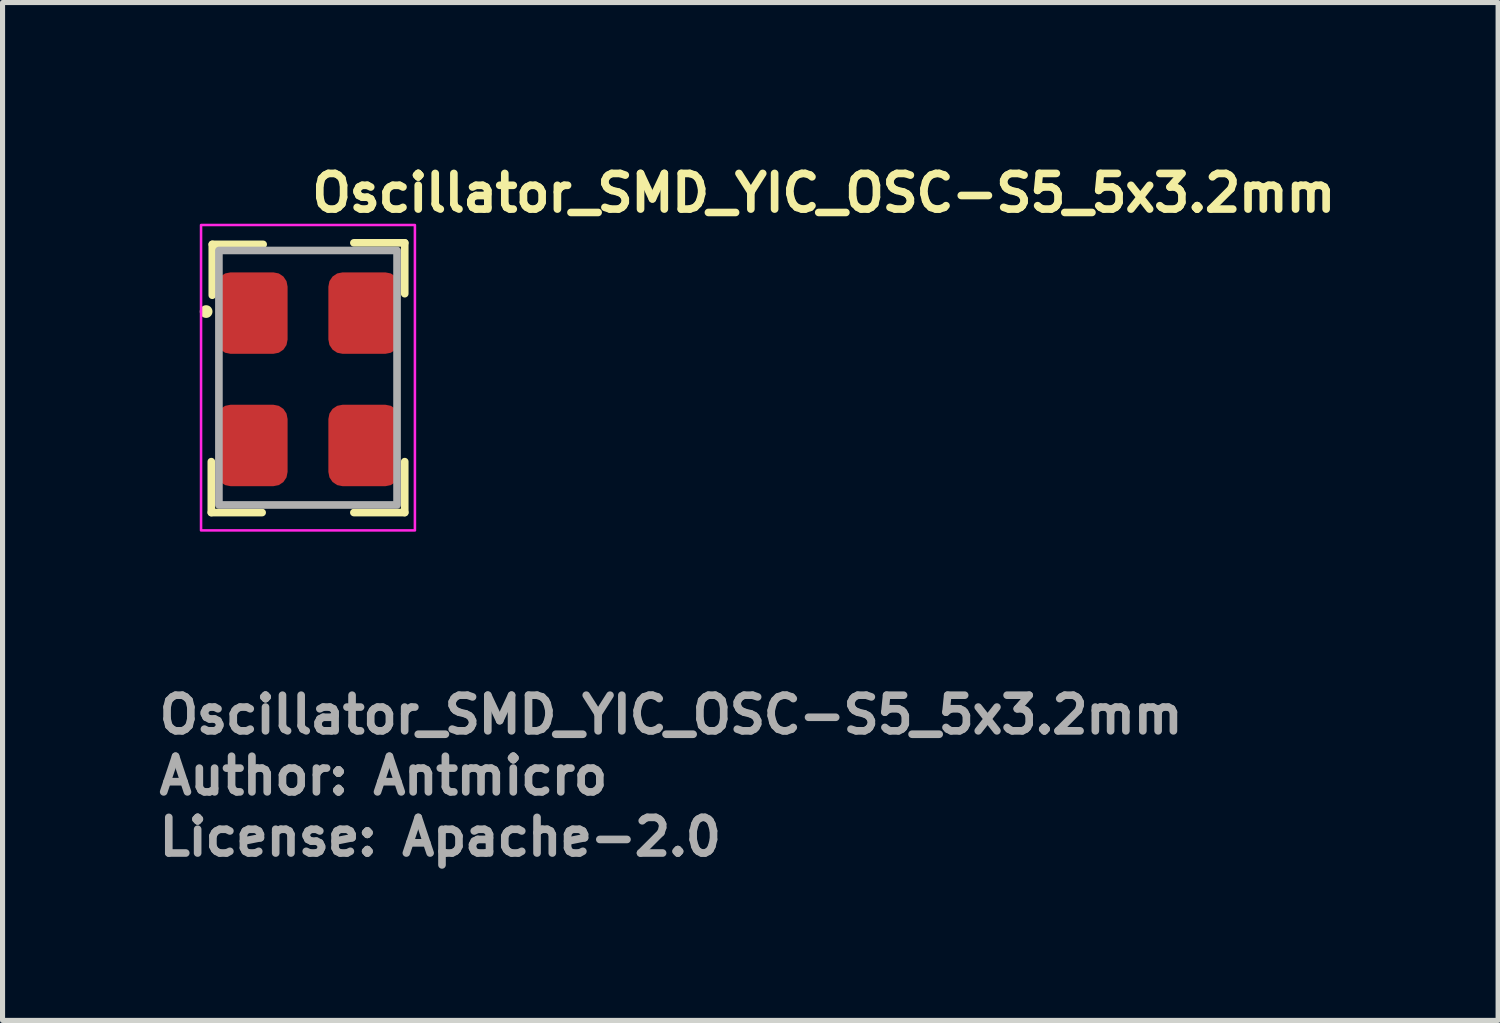
<source format=kicad_pcb>
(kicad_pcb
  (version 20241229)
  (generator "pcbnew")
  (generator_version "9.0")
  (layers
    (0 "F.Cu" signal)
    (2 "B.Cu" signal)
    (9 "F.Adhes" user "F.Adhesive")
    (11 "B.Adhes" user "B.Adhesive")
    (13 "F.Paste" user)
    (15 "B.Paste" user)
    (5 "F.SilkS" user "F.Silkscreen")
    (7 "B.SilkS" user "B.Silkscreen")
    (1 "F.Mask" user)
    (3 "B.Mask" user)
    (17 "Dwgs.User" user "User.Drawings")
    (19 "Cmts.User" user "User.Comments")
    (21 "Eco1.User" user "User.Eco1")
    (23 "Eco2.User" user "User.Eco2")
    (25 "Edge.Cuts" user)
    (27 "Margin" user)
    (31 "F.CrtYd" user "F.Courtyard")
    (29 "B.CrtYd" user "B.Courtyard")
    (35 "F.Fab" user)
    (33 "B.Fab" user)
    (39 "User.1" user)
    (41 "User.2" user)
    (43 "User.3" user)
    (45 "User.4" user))
  (footprint "Oscillator_SMD_YIC_OSC-S5_5x3.2mm"
    (layer "F.Cu")
    (at 3 4.4)
    (property "Reference" "Oscillator_SMD_YIC_OSC-S5_5x3.2mm" (at 0 -3.25 0) (unlocked yes) (layer "F.SilkS") (effects (font (size 0.7 0.7) (thickness 0.15)) (justify left bottom)))
    (attr smd)
    (fp_line (start -1.899 2.618) (end -1.899 1.618) (stroke (width 0.15) (type solid)) (layer "F.SilkS"))
    (fp_line (start -1.899 2.618) (end -0.901 2.618) (stroke (width 0.15) (type solid)) (layer "F.SilkS"))
    (fp_line (start -1.88 -2.65) (end -1.88 -1.651) (stroke (width 0.15) (type solid)) (layer "F.SilkS"))
    (fp_line (start -1.88 -2.65) (end -0.881 -2.65) (stroke (width 0.15) (type solid)) (layer "F.SilkS"))
    (fp_line (start 1.9 -2.68) (end 0.901 -2.68) (stroke (width 0.15) (type solid)) (layer "F.SilkS"))
    (fp_line (start 1.9 -2.68) (end 1.9 -1.681) (stroke (width 0.15) (type solid)) (layer "F.SilkS"))
    (fp_line (start 1.9 2.618) (end 0.901 2.618) (stroke (width 0.15) (type solid)) (layer "F.SilkS"))
    (fp_line (start 1.9 2.618) (end 1.9 1.618) (stroke (width 0.15) (type solid)) (layer "F.SilkS"))
    (fp_circle (center -2.001 -1.33) (end -2.001 -1.28) (stroke (width 0.15) (type solid)) (fill yes) (layer "F.SilkS"))
    (fp_rect (start 2.1 -3.03) (end -2.101 2.969) (stroke (width 0.05) (type solid)) (fill no) (layer "F.CrtYd"))
    (fp_rect (start 1.749 -2.53) (end -1.75 2.469) (stroke (width 0.15) (type solid)) (fill no) (layer "F.Fab"))
    (fp_rect (start 1.6 -2.53) (end -1.601 2.469) (stroke (width 0.1) (type solid)) (fill no) (layer "User.5"))
    (fp_line (start -1.601 -2.405) (end -1.601 -1.431) (stroke (width 0.02) (type solid)) (layer "User.9"))
    (fp_line (start -1.601 -1.131) (end -1.601 1.07) (stroke (width 0.02) (type solid)) (layer "User.9"))
    (fp_line (start -1.601 -1.131) (end -1.595 -1.131) (stroke (width 0.02) (type solid)) (layer "User.9"))
    (fp_line (start -1.601 1.368) (end -1.601 2.344) (stroke (width 0.02) (type solid)) (layer "User.9"))
    (fp_line (start -1.601 1.368) (end -1.595 1.368) (stroke (width 0.02) (type solid)) (layer "User.9"))
    (fp_line (start -1.601 2.344) (end -1.593 2.344) (stroke (width 0.02) (type solid)) (layer "User.9"))
    (fp_line (start -1.595 -1.431) (end -1.601 -1.431) (stroke (width 0.02) (type solid)) (layer "User.9"))
    (fp_line (start -1.595 -1.131) (end -1.591 -1.131) (stroke (width 0.02) (type solid)) (layer "User.9"))
    (fp_line (start -1.595 1.07) (end -1.601 1.07) (stroke (width 0.02) (type solid)) (layer "User.9"))
    (fp_line (start -1.595 1.368) (end -1.591 1.368) (stroke (width 0.02) (type solid)) (layer "User.9"))
    (fp_line (start -1.593 -2.406) (end -1.601 -2.405) (stroke (width 0.02) (type solid)) (layer "User.9"))
    (fp_line (start -1.593 2.344) (end -1.587 2.344) (stroke (width 0.02) (type solid)) (layer "User.9"))
    (fp_line (start -1.591 -1.431) (end -1.595 -1.431) (stroke (width 0.02) (type solid)) (layer "User.9"))
    (fp_line (start -1.591 -1.131) (end -1.585 -1.131) (stroke (width 0.02) (type solid)) (layer "User.9"))
    (fp_line (start -1.591 1.07) (end -1.595 1.07) (stroke (width 0.02) (type solid)) (layer "User.9"))
    (fp_line (start -1.591 1.368) (end -1.585 1.368) (stroke (width 0.02) (type solid)) (layer "User.9"))
    (fp_line (start -1.587 -2.406) (end -1.593 -2.406) (stroke (width 0.02) (type solid)) (layer "User.9"))
    (fp_line (start -1.587 2.344) (end -1.581 2.345) (stroke (width 0.02) (type solid)) (layer "User.9"))
    (fp_line (start -1.585 -1.431) (end -1.591 -1.431) (stroke (width 0.02) (type solid)) (layer "User.9"))
    (fp_line (start -1.585 -1.131) (end -1.581 -1.133) (stroke (width 0.02) (type solid)) (layer "User.9"))
    (fp_line (start -1.585 1.07) (end -1.591 1.07) (stroke (width 0.02) (type solid)) (layer "User.9"))
    (fp_line (start -1.585 1.368) (end -1.581 1.368) (stroke (width 0.02) (type solid)) (layer "User.9"))
    (fp_line (start -1.581 -2.408) (end -1.587 -2.406) (stroke (width 0.02) (type solid)) (layer "User.9"))
    (fp_line (start -1.581 -1.429) (end -1.585 -1.431) (stroke (width 0.02) (type solid)) (layer "User.9"))
    (fp_line (start -1.581 -1.133) (end -1.575 -1.133) (stroke (width 0.02) (type solid)) (layer "User.9"))
    (fp_line (start -1.581 1.07) (end -1.585 1.07) (stroke (width 0.02) (type solid)) (layer "User.9"))
    (fp_line (start -1.581 1.368) (end -1.575 1.366) (stroke (width 0.02) (type solid)) (layer "User.9"))
    (fp_line (start -1.581 2.345) (end -1.575 2.347) (stroke (width 0.02) (type solid)) (layer "User.9"))
    (fp_line (start -1.575 -2.409) (end -1.581 -2.408) (stroke (width 0.02) (type solid)) (layer "User.9"))
    (fp_line (start -1.575 -1.429) (end -1.581 -1.429) (stroke (width 0.02) (type solid)) (layer "User.9"))
    (fp_line (start -1.575 -1.133) (end -1.571 -1.133) (stroke (width 0.02) (type solid)) (layer "User.9"))
    (fp_line (start -1.575 1.072) (end -1.581 1.07) (stroke (width 0.02) (type solid)) (layer "User.9"))
    (fp_line (start -1.575 1.366) (end -1.571 1.366) (stroke (width 0.02) (type solid)) (layer "User.9"))
    (fp_line (start -1.575 2.347) (end -1.569 2.348) (stroke (width 0.02) (type solid)) (layer "User.9"))
    (fp_line (start -1.571 -1.429) (end -1.575 -1.429) (stroke (width 0.02) (type solid)) (layer "User.9"))
    (fp_line (start -1.571 -1.133) (end -1.565 -1.135) (stroke (width 0.02) (type solid)) (layer "User.9"))
    (fp_line (start -1.571 1.072) (end -1.575 1.072) (stroke (width 0.02) (type solid)) (layer "User.9"))
    (fp_line (start -1.571 1.366) (end -1.565 1.366) (stroke (width 0.02) (type solid)) (layer "User.9"))
    (fp_line (start -1.569 -2.409) (end -1.575 -2.409) (stroke (width 0.02) (type solid)) (layer "User.9"))
    (fp_line (start -1.569 2.348) (end -1.563 2.349) (stroke (width 0.02) (type solid)) (layer "User.9"))
    (fp_line (start -1.565 -1.427) (end -1.571 -1.429) (stroke (width 0.02) (type solid)) (layer "User.9"))
    (fp_line (start -1.565 -1.135) (end -1.561 -1.137) (stroke (width 0.02) (type solid)) (layer "User.9"))
    (fp_line (start -1.565 1.072) (end -1.571 1.072) (stroke (width 0.02) (type solid)) (layer "User.9"))
    (fp_line (start -1.565 1.366) (end -1.561 1.364) (stroke (width 0.02) (type solid)) (layer "User.9"))
    (fp_line (start -1.563 -2.412) (end -1.569 -2.409) (stroke (width 0.02) (type solid)) (layer "User.9"))
    (fp_line (start -1.563 2.349) (end -1.557 2.352) (stroke (width 0.02) (type solid)) (layer "User.9"))
    (fp_line (start -1.561 -1.425) (end -1.565 -1.427) (stroke (width 0.02) (type solid)) (layer "User.9"))
    (fp_line (start -1.561 -1.137) (end -1.557 -1.137) (stroke (width 0.02) (type solid)) (layer "User.9"))
    (fp_line (start -1.561 1.074) (end -1.565 1.072) (stroke (width 0.02) (type solid)) (layer "User.9"))
    (fp_line (start -1.561 1.364) (end -1.557 1.362) (stroke (width 0.02) (type solid)) (layer "User.9"))
    (fp_line (start -1.557 -2.413) (end -1.563 -2.412) (stroke (width 0.02) (type solid)) (layer "User.9"))
    (fp_line (start -1.557 -1.425) (end -1.561 -1.425) (stroke (width 0.02) (type solid)) (layer "User.9"))
    (fp_line (start -1.557 -1.137) (end -1.551 -1.139) (stroke (width 0.02) (type solid)) (layer "User.9"))
    (fp_line (start -1.557 1.076) (end -1.561 1.074) (stroke (width 0.02) (type solid)) (layer "User.9"))
    (fp_line (start -1.557 1.362) (end -1.551 1.362) (stroke (width 0.02) (type solid)) (layer "User.9"))
    (fp_line (start -1.557 2.352) (end -1.553 2.353) (stroke (width 0.02) (type solid)) (layer "User.9"))
    (fp_line (start -1.553 -2.416) (end -1.557 -2.413) (stroke (width 0.02) (type solid)) (layer "User.9"))
    (fp_line (start -1.553 2.353) (end -1.547 2.356) (stroke (width 0.02) (type solid)) (layer "User.9"))
    (fp_line (start -1.551 -1.423) (end -1.557 -1.425) (stroke (width 0.02) (type solid)) (layer "User.9"))
    (fp_line (start -1.551 -1.139) (end -1.547 -1.141) (stroke (width 0.02) (type solid)) (layer "User.9"))
    (fp_line (start -1.551 1.076) (end -1.557 1.076) (stroke (width 0.02) (type solid)) (layer "User.9"))
    (fp_line (start -1.551 1.362) (end -1.547 1.36) (stroke (width 0.02) (type solid)) (layer "User.9"))
    (fp_line (start -1.547 -2.417) (end -1.553 -2.416) (stroke (width 0.02) (type solid)) (layer "User.9"))
    (fp_line (start -1.547 -1.421) (end -1.551 -1.423) (stroke (width 0.02) (type solid)) (layer "User.9"))
    (fp_line (start -1.547 -1.141) (end -1.543 -1.143) (stroke (width 0.02) (type solid)) (layer "User.9"))
    (fp_line (start -1.547 1.078) (end -1.551 1.076) (stroke (width 0.02) (type solid)) (layer "User.9"))
    (fp_line (start -1.547 1.36) (end -1.543 1.358) (stroke (width 0.02) (type solid)) (layer "User.9"))
    (fp_line (start -1.547 2.356) (end -1.541 2.359) (stroke (width 0.02) (type solid)) (layer "User.9"))
    (fp_line (start -1.543 -1.419) (end -1.547 -1.421) (stroke (width 0.02) (type solid)) (layer "User.9"))
    (fp_line (start -1.543 -1.143) (end -1.539 -1.145) (stroke (width 0.02) (type solid)) (layer "User.9"))
    (fp_line (start -1.543 1.08) (end -1.547 1.078) (stroke (width 0.02) (type solid)) (layer "User.9"))
    (fp_line (start -1.543 1.358) (end -1.539 1.356) (stroke (width 0.02) (type solid)) (layer "User.9"))
    (fp_line (start -1.541 -2.421) (end -1.547 -2.417) (stroke (width 0.02) (type solid)) (layer "User.9"))
    (fp_line (start -1.541 2.359) (end -1.536 2.361) (stroke (width 0.02) (type solid)) (layer "User.9"))
    (fp_line (start -1.539 -1.417) (end -1.543 -1.419) (stroke (width 0.02) (type solid)) (layer "User.9"))
    (fp_line (start -1.539 -1.145) (end -1.534 -1.147) (stroke (width 0.02) (type solid)) (layer "User.9"))
    (fp_line (start -1.539 1.082) (end -1.543 1.08) (stroke (width 0.02) (type solid)) (layer "User.9"))
    (fp_line (start -1.539 1.356) (end -1.534 1.354) (stroke (width 0.02) (type solid)) (layer "User.9"))
    (fp_line (start -1.536 -2.424) (end -1.541 -2.421) (stroke (width 0.02) (type solid)) (layer "User.9"))
    (fp_line (start -1.536 2.361) (end -1.53 2.365) (stroke (width 0.02) (type solid)) (layer "User.9"))
    (fp_line (start -1.534 -1.415) (end -1.539 -1.417) (stroke (width 0.02) (type solid)) (layer "User.9"))
    (fp_line (start -1.534 -1.147) (end -1.53 -1.149) (stroke (width 0.02) (type solid)) (layer "User.9"))
    (fp_line (start -1.534 1.084) (end -1.539 1.082) (stroke (width 0.02) (type solid)) (layer "User.9"))
    (fp_line (start -1.534 1.354) (end -1.53 1.352) (stroke (width 0.02) (type solid)) (layer "User.9"))
    (fp_line (start -1.53 -2.428) (end -1.536 -2.424) (stroke (width 0.02) (type solid)) (layer "User.9"))
    (fp_line (start -1.53 -1.413) (end -1.534 -1.415) (stroke (width 0.02) (type solid)) (layer "User.9"))
    (fp_line (start -1.53 -1.149) (end -1.526 -1.151) (stroke (width 0.02) (type solid)) (layer "User.9"))
    (fp_line (start -1.53 1.086) (end -1.534 1.084) (stroke (width 0.02) (type solid)) (layer "User.9"))
    (fp_line (start -1.53 1.352) (end -1.526 1.348) (stroke (width 0.02) (type solid)) (layer "User.9"))
    (fp_line (start -1.53 2.365) (end -1.526 2.368) (stroke (width 0.02) (type solid)) (layer "User.9"))
    (fp_line (start -1.526 -2.43) (end -1.53 -2.428) (stroke (width 0.02) (type solid)) (layer "User.9"))
    (fp_line (start -1.526 2.368) (end -1.52 2.372) (stroke (width 0.02) (type solid)) (layer "User.9"))
    (fp_line (start -1.524 -2.349) (end -1.524 -2.344) (stroke (width 0.02) (type solid)) (layer "User.9"))
    (fp_line (start -1.524 -2.344) (end -1.524 -2.337) (stroke (width 0.02) (type solid)) (layer "User.9"))
    (fp_line (start -1.524 -2.337) (end -1.524 -2.331) (stroke (width 0.02) (type solid)) (layer "User.9"))
    (fp_line (start -1.524 -2.331) (end -1.524 -1.411) (stroke (width 0.02) (type solid)) (layer "User.9"))
    (fp_line (start -1.524 -1.411) (end -1.53 -1.413) (stroke (width 0.02) (type solid)) (layer "User.9"))
    (fp_line (start -1.524 -1.151) (end -1.524 1.09) (stroke (width 0.02) (type solid)) (layer "User.9"))
    (fp_line (start -1.524 -1.151) (end -1.52 -1.153) (stroke (width 0.02) (type solid)) (layer "User.9"))
    (fp_line (start -1.524 1.09) (end -1.53 1.086) (stroke (width 0.02) (type solid)) (layer "User.9"))
    (fp_line (start -1.524 1.348) (end -1.524 2.263) (stroke (width 0.02) (type solid)) (layer "User.9"))
    (fp_line (start -1.524 1.348) (end -1.52 1.346) (stroke (width 0.02) (type solid)) (layer "User.9"))
    (fp_line (start -1.524 2.263) (end -1.524 2.271) (stroke (width 0.02) (type solid)) (layer "User.9"))
    (fp_line (start -1.524 2.271) (end -1.524 2.276) (stroke (width 0.02) (type solid)) (layer "User.9"))
    (fp_line (start -1.524 2.276) (end -1.524 2.283) (stroke (width 0.02) (type solid)) (layer "User.9"))
    (fp_line (start -1.524 2.283) (end -1.522 2.288) (stroke (width 0.02) (type solid)) (layer "User.9"))
    (fp_line (start -1.522 -2.361) (end -1.522 -2.356) (stroke (width 0.02) (type solid)) (layer "User.9"))
    (fp_line (start -1.522 -2.356) (end -1.524 -2.349) (stroke (width 0.02) (type solid)) (layer "User.9"))
    (fp_line (start -1.522 2.288) (end -1.522 2.295) (stroke (width 0.02) (type solid)) (layer "User.9"))
    (fp_line (start -1.522 2.295) (end -1.52 2.3) (stroke (width 0.02) (type solid)) (layer "User.9"))
    (fp_line (start -1.52 -2.434) (end -1.526 -2.43) (stroke (width 0.02) (type solid)) (layer "User.9"))
    (fp_line (start -1.52 -2.368) (end -1.522 -2.361) (stroke (width 0.02) (type solid)) (layer "User.9"))
    (fp_line (start -1.52 -1.153) (end -1.516 -1.157) (stroke (width 0.02) (type solid)) (layer "User.9"))
    (fp_line (start -1.52 1.346) (end -1.516 1.344) (stroke (width 0.02) (type solid)) (layer "User.9"))
    (fp_line (start -1.52 2.3) (end -1.518 2.307) (stroke (width 0.02) (type solid)) (layer "User.9"))
    (fp_line (start -1.52 2.372) (end -1.516 2.376) (stroke (width 0.02) (type solid)) (layer "User.9"))
    (fp_line (start -1.518 -2.373) (end -1.52 -2.368) (stroke (width 0.02) (type solid)) (layer "User.9"))
    (fp_line (start -1.518 2.307) (end -1.516 2.312) (stroke (width 0.02) (type solid)) (layer "User.9"))
    (fp_line (start -1.516 -2.438) (end -1.52 -2.434) (stroke (width 0.02) (type solid)) (layer "User.9"))
    (fp_line (start -1.516 -2.378) (end -1.518 -2.373) (stroke (width 0.02) (type solid)) (layer "User.9"))
    (fp_line (start -1.516 -1.405) (end -1.524 -1.411) (stroke (width 0.02) (type solid)) (layer "User.9"))
    (fp_line (start -1.516 -1.157) (end -1.512 -1.159) (stroke (width 0.02) (type solid)) (layer "User.9"))
    (fp_line (start -1.516 1.094) (end -1.524 1.09) (stroke (width 0.02) (type solid)) (layer "User.9"))
    (fp_line (start -1.516 1.344) (end -1.512 1.34) (stroke (width 0.02) (type solid)) (layer "User.9"))
    (fp_line (start -1.516 2.312) (end -1.514 2.317) (stroke (width 0.02) (type solid)) (layer "User.9"))
    (fp_line (start -1.516 2.376) (end -1.512 2.38) (stroke (width 0.02) (type solid)) (layer "User.9"))
    (fp_line (start -1.514 -2.385) (end -1.516 -2.378) (stroke (width 0.02) (type solid)) (layer "User.9"))
    (fp_line (start -1.514 2.317) (end -1.51 2.323) (stroke (width 0.02) (type solid)) (layer "User.9"))
    (fp_line (start -1.512 -2.442) (end -1.516 -2.438) (stroke (width 0.02) (type solid)) (layer "User.9"))
    (fp_line (start -1.512 -2.442) (end -1.512 -2.442) (stroke (width 0.02) (type solid)) (layer "User.9"))
    (fp_line (start -1.512 -1.159) (end -1.508 -1.163) (stroke (width 0.02) (type solid)) (layer "User.9"))
    (fp_line (start -1.512 1.34) (end -1.508 1.338) (stroke (width 0.02) (type solid)) (layer "User.9"))
    (fp_line (start -1.512 2.38) (end -1.512 2.38) (stroke (width 0.02) (type solid)) (layer "User.9"))
    (fp_line (start -1.512 2.38) (end -1.508 2.385) (stroke (width 0.02) (type solid)) (layer "User.9"))
    (fp_line (start -1.51 -2.389) (end -1.514 -2.385) (stroke (width 0.02) (type solid)) (layer "User.9"))
    (fp_line (start -1.51 2.323) (end -1.508 2.328) (stroke (width 0.02) (type solid)) (layer "User.9"))
    (fp_line (start -1.508 -2.448) (end -1.512 -2.442) (stroke (width 0.02) (type solid)) (layer "User.9"))
    (fp_line (start -1.508 -2.396) (end -1.51 -2.389) (stroke (width 0.02) (type solid)) (layer "User.9"))
    (fp_line (start -1.508 -1.399) (end -1.516 -1.405) (stroke (width 0.02) (type solid)) (layer "User.9"))
    (fp_line (start -1.508 -1.163) (end -1.504 -1.165) (stroke (width 0.02) (type solid)) (layer "User.9"))
    (fp_line (start -1.508 1.1) (end -1.516 1.094) (stroke (width 0.02) (type solid)) (layer "User.9"))
    (fp_line (start -1.508 1.338) (end -1.504 1.334) (stroke (width 0.02) (type solid)) (layer "User.9"))
    (fp_line (start -1.508 2.328) (end -1.504 2.333) (stroke (width 0.02) (type solid)) (layer "User.9"))
    (fp_line (start -1.508 2.385) (end -1.504 2.389) (stroke (width 0.02) (type solid)) (layer "User.9"))
    (fp_line (start -1.504 -2.452) (end -1.508 -2.448) (stroke (width 0.02) (type solid)) (layer "User.9"))
    (fp_line (start -1.504 -2.401) (end -1.508 -2.396) (stroke (width 0.02) (type solid)) (layer "User.9"))
    (fp_line (start -1.504 -1.165) (end -1.5 -1.169) (stroke (width 0.02) (type solid)) (layer "User.9"))
    (fp_line (start -1.504 1.334) (end -1.5 1.332) (stroke (width 0.02) (type solid)) (layer "User.9"))
    (fp_line (start -1.504 2.333) (end -1.5 2.339) (stroke (width 0.02) (type solid)) (layer "User.9"))
    (fp_line (start -1.504 2.389) (end -1.5 2.395) (stroke (width 0.02) (type solid)) (layer "User.9"))
    (fp_line (start -1.5 -2.457) (end -1.504 -2.452) (stroke (width 0.02) (type solid)) (layer "User.9"))
    (fp_line (start -1.5 -2.405) (end -1.504 -2.401) (stroke (width 0.02) (type solid)) (layer "User.9"))
    (fp_line (start -1.5 -1.393) (end -1.508 -1.399) (stroke (width 0.02) (type solid)) (layer "User.9"))
    (fp_line (start -1.5 -1.169) (end -1.498 -1.171) (stroke (width 0.02) (type solid)) (layer "User.9"))
    (fp_line (start -1.5 1.106) (end -1.508 1.1) (stroke (width 0.02) (type solid)) (layer "User.9"))
    (fp_line (start -1.5 1.332) (end -1.498 1.328) (stroke (width 0.02) (type solid)) (layer "User.9"))
    (fp_line (start -1.5 2.339) (end -1.496 2.344) (stroke (width 0.02) (type solid)) (layer "User.9"))
    (fp_line (start -1.5 2.395) (end -1.496 2.4) (stroke (width 0.02) (type solid)) (layer "User.9"))
    (fp_line (start -1.498 -1.171) (end -1.494 -1.175) (stroke (width 0.02) (type solid)) (layer "User.9"))
    (fp_line (start -1.498 1.328) (end -1.494 1.324) (stroke (width 0.02) (type solid)) (layer "User.9"))
    (fp_line (start -1.496 -2.461) (end -1.5 -2.457) (stroke (width 0.02) (type solid)) (layer "User.9"))
    (fp_line (start -1.496 -2.41) (end -1.5 -2.405) (stroke (width 0.02) (type solid)) (layer "User.9"))
    (fp_line (start -1.496 2.344) (end -1.492 2.348) (stroke (width 0.02) (type solid)) (layer "User.9"))
    (fp_line (start -1.496 2.4) (end -1.492 2.405) (stroke (width 0.02) (type solid)) (layer "User.9"))
    (fp_line (start -1.494 -1.387) (end -1.5 -1.393) (stroke (width 0.02) (type solid)) (layer "User.9"))
    (fp_line (start -1.494 -1.175) (end -1.49 -1.179) (stroke (width 0.02) (type solid)) (layer "User.9"))
    (fp_line (start -1.494 1.114) (end -1.5 1.106) (stroke (width 0.02) (type solid)) (layer "User.9"))
    (fp_line (start -1.494 1.324) (end -1.49 1.322) (stroke (width 0.02) (type solid)) (layer "User.9"))
    (fp_line (start -1.492 -2.466) (end -1.496 -2.461) (stroke (width 0.02) (type solid)) (layer "User.9"))
    (fp_line (start -1.492 -2.414) (end -1.496 -2.41) (stroke (width 0.02) (type solid)) (layer "User.9"))
    (fp_line (start -1.492 2.348) (end -1.488 2.352) (stroke (width 0.02) (type solid)) (layer "User.9"))
    (fp_line (start -1.492 2.405) (end -1.49 2.41) (stroke (width 0.02) (type solid)) (layer "User.9"))
    (fp_line (start -1.49 -2.473) (end -1.492 -2.466) (stroke (width 0.02) (type solid)) (layer "User.9"))
    (fp_line (start -1.49 -1.179) (end -1.488 -1.183) (stroke (width 0.02) (type solid)) (layer "User.9"))
    (fp_line (start -1.49 1.322) (end -1.488 1.318) (stroke (width 0.02) (type solid)) (layer "User.9"))
    (fp_line (start -1.49 2.41) (end -1.486 2.416) (stroke (width 0.02) (type solid)) (layer "User.9"))
    (fp_line (start -1.488 -2.42) (end -1.492 -2.414) (stroke (width 0.02) (type solid)) (layer "User.9"))
    (fp_line (start -1.488 -2.42) (end -1.488 -2.42) (stroke (width 0.02) (type solid)) (layer "User.9"))
    (fp_line (start -1.488 -1.379) (end -1.494 -1.387) (stroke (width 0.02) (type solid)) (layer "User.9"))
    (fp_line (start -1.488 -1.183) (end -1.484 -1.186) (stroke (width 0.02) (type solid)) (layer "User.9"))
    (fp_line (start -1.488 1.12) (end -1.494 1.114) (stroke (width 0.02) (type solid)) (layer "User.9"))
    (fp_line (start -1.488 1.318) (end -1.484 1.314) (stroke (width 0.02) (type solid)) (layer "User.9"))
    (fp_line (start -1.488 2.352) (end -1.488 2.352) (stroke (width 0.02) (type solid)) (layer "User.9"))
    (fp_line (start -1.488 2.352) (end -1.484 2.356) (stroke (width 0.02) (type solid)) (layer "User.9"))
    (fp_line (start -1.486 -2.478) (end -1.49 -2.473) (stroke (width 0.02) (type solid)) (layer "User.9"))
    (fp_line (start -1.486 2.416) (end -1.484 2.421) (stroke (width 0.02) (type solid)) (layer "User.9"))
    (fp_line (start -1.484 -2.483) (end -1.486 -2.478) (stroke (width 0.02) (type solid)) (layer "User.9"))
    (fp_line (start -1.484 -2.424) (end -1.488 -2.42) (stroke (width 0.02) (type solid)) (layer "User.9"))
    (fp_line (start -1.484 -1.186) (end -1.48 -1.19) (stroke (width 0.02) (type solid)) (layer "User.9"))
    (fp_line (start -1.484 1.314) (end -1.48 1.31) (stroke (width 0.02) (type solid)) (layer "User.9"))
    (fp_line (start -1.484 2.356) (end -1.48 2.36) (stroke (width 0.02) (type solid)) (layer "User.9"))
    (fp_line (start -1.484 2.421) (end -1.482 2.426) (stroke (width 0.02) (type solid)) (layer "User.9"))
    (fp_line (start -1.482 -2.489) (end -1.484 -2.483) (stroke (width 0.02) (type solid)) (layer "User.9"))
    (fp_line (start -1.482 2.426) (end -1.48 2.433) (stroke (width 0.02) (type solid)) (layer "User.9"))
    (fp_line (start -1.48 -2.494) (end -1.482 -2.489) (stroke (width 0.02) (type solid)) (layer "User.9"))
    (fp_line (start -1.48 -2.428) (end -1.484 -2.424) (stroke (width 0.02) (type solid)) (layer "User.9"))
    (fp_line (start -1.48 -1.373) (end -1.488 -1.379) (stroke (width 0.02) (type solid)) (layer "User.9"))
    (fp_line (start -1.48 -1.19) (end -1.478 -1.194) (stroke (width 0.02) (type solid)) (layer "User.9"))
    (fp_line (start -1.48 1.127) (end -1.488 1.12) (stroke (width 0.02) (type solid)) (layer "User.9"))
    (fp_line (start -1.48 1.31) (end -1.478 1.306) (stroke (width 0.02) (type solid)) (layer "User.9"))
    (fp_line (start -1.48 2.36) (end -1.474 2.364) (stroke (width 0.02) (type solid)) (layer "User.9"))
    (fp_line (start -1.48 2.433) (end -1.478 2.438) (stroke (width 0.02) (type solid)) (layer "User.9"))
    (fp_line (start -1.478 -2.506) (end -1.478 -2.501) (stroke (width 0.02) (type solid)) (layer "User.9"))
    (fp_line (start -1.478 -2.501) (end -1.48 -2.494) (stroke (width 0.02) (type solid)) (layer "User.9"))
    (fp_line (start -1.478 -1.194) (end -1.476 -1.198) (stroke (width 0.02) (type solid)) (layer "User.9"))
    (fp_line (start -1.478 1.306) (end -1.476 1.302) (stroke (width 0.02) (type solid)) (layer "User.9"))
    (fp_line (start -1.478 2.438) (end -1.478 2.445) (stroke (width 0.02) (type solid)) (layer "User.9"))
    (fp_line (start -1.478 2.445) (end -1.476 2.45) (stroke (width 0.02) (type solid)) (layer "User.9"))
    (fp_line (start -1.476 -2.53) (end -1.476 -2.525) (stroke (width 0.02) (type solid)) (layer "User.9"))
    (fp_line (start -1.476 -2.525) (end -1.476 -2.518) (stroke (width 0.02) (type solid)) (layer "User.9"))
    (fp_line (start -1.476 -2.518) (end -1.476 -2.513) (stroke (width 0.02) (type solid)) (layer "User.9"))
    (fp_line (start -1.476 -2.513) (end -1.478 -2.506) (stroke (width 0.02) (type solid)) (layer "User.9"))
    (fp_line (start -1.476 -1.365) (end -1.48 -1.373) (stroke (width 0.02) (type solid)) (layer "User.9"))
    (fp_line (start -1.476 -1.198) (end -1.472 -1.202) (stroke (width 0.02) (type solid)) (layer "User.9"))
    (fp_line (start -1.476 1.135) (end -1.48 1.127) (stroke (width 0.02) (type solid)) (layer "User.9"))
    (fp_line (start -1.476 1.302) (end -1.472 1.298) (stroke (width 0.02) (type solid)) (layer "User.9"))
    (fp_line (start -1.476 2.45) (end -1.476 2.457) (stroke (width 0.02) (type solid)) (layer "User.9"))
    (fp_line (start -1.476 2.457) (end -1.476 2.462) (stroke (width 0.02) (type solid)) (layer "User.9"))
    (fp_line (start -1.476 2.462) (end -1.476 2.469) (stroke (width 0.02) (type solid)) (layer "User.9"))
    (fp_line (start -1.476 2.469) (end 1.475 2.469) (stroke (width 0.02) (type solid)) (layer "User.9"))
    (fp_line (start -1.474 -2.432) (end -1.48 -2.428) (stroke (width 0.02) (type solid)) (layer "User.9"))
    (fp_line (start -1.474 2.364) (end -1.47 2.368) (stroke (width 0.02) (type solid)) (layer "User.9"))
    (fp_line (start -1.472 -1.202) (end -1.47 -1.206) (stroke (width 0.02) (type solid)) (layer "User.9"))
    (fp_line (start -1.472 1.298) (end -1.47 1.294) (stroke (width 0.02) (type solid)) (layer "User.9"))
    (fp_line (start -1.47 -2.434) (end -1.474 -2.432) (stroke (width 0.02) (type solid)) (layer "User.9"))
    (fp_line (start -1.47 -1.355) (end -1.476 -1.365) (stroke (width 0.02) (type solid)) (layer "User.9"))
    (fp_line (start -1.47 -1.206) (end -1.468 -1.21) (stroke (width 0.02) (type solid)) (layer "User.9"))
    (fp_line (start -1.47 1.145) (end -1.476 1.135) (stroke (width 0.02) (type solid)) (layer "User.9"))
    (fp_line (start -1.47 1.294) (end -1.468 1.29) (stroke (width 0.02) (type solid)) (layer "User.9"))
    (fp_line (start -1.47 2.368) (end -1.464 2.372) (stroke (width 0.02) (type solid)) (layer "User.9"))
    (fp_line (start -1.468 -1.21) (end -1.466 -1.214) (stroke (width 0.02) (type solid)) (layer "User.9"))
    (fp_line (start -1.468 1.29) (end -1.466 1.286) (stroke (width 0.02) (type solid)) (layer "User.9"))
    (fp_line (start -1.466 -1.347) (end -1.47 -1.355) (stroke (width 0.02) (type solid)) (layer "User.9"))
    (fp_line (start -1.466 -1.214) (end -1.464 -1.218) (stroke (width 0.02) (type solid)) (layer "User.9"))
    (fp_line (start -1.466 1.153) (end -1.47 1.145) (stroke (width 0.02) (type solid)) (layer "User.9"))
    (fp_line (start -1.466 1.286) (end -1.464 1.282) (stroke (width 0.02) (type solid)) (layer "User.9"))
    (fp_line (start -1.464 -2.438) (end -1.47 -2.434) (stroke (width 0.02) (type solid)) (layer "User.9"))
    (fp_line (start -1.464 -1.218) (end -1.462 -1.224) (stroke (width 0.02) (type solid)) (layer "User.9"))
    (fp_line (start -1.464 1.282) (end -1.462 1.276) (stroke (width 0.02) (type solid)) (layer "User.9"))
    (fp_line (start -1.464 2.372) (end -1.458 2.375) (stroke (width 0.02) (type solid)) (layer "User.9"))
    (fp_line (start -1.462 -1.339) (end -1.466 -1.347) (stroke (width 0.02) (type solid)) (layer "User.9"))
    (fp_line (start -1.462 -1.224) (end -1.46 -1.228) (stroke (width 0.02) (type solid)) (layer "User.9"))
    (fp_line (start -1.462 1.161) (end -1.466 1.153) (stroke (width 0.02) (type solid)) (layer "User.9"))
    (fp_line (start -1.462 1.276) (end -1.46 1.272) (stroke (width 0.02) (type solid)) (layer "User.9"))
    (fp_line (start -1.46 -1.228) (end -1.458 -1.232) (stroke (width 0.02) (type solid)) (layer "User.9"))
    (fp_line (start -1.46 1.272) (end -1.458 1.268) (stroke (width 0.02) (type solid)) (layer "User.9"))
    (fp_line (start -1.458 -2.441) (end -1.464 -2.438) (stroke (width 0.02) (type solid)) (layer "User.9"))
    (fp_line (start -1.458 -1.329) (end -1.462 -1.339) (stroke (width 0.02) (type solid)) (layer "User.9"))
    (fp_line (start -1.458 -1.232) (end -1.456 -1.238) (stroke (width 0.02) (type solid)) (layer "User.9"))
    (fp_line (start -1.458 1.171) (end -1.462 1.161) (stroke (width 0.02) (type solid)) (layer "User.9"))
    (fp_line (start -1.458 1.268) (end -1.456 1.262) (stroke (width 0.02) (type solid)) (layer "User.9"))
    (fp_line (start -1.458 2.375) (end -1.454 2.377) (stroke (width 0.02) (type solid)) (layer "User.9"))
    (fp_line (start -1.456 -1.321) (end -1.458 -1.329) (stroke (width 0.02) (type solid)) (layer "User.9"))
    (fp_line (start -1.456 -1.242) (end -1.454 -1.246) (stroke (width 0.02) (type solid)) (layer "User.9"))
    (fp_line (start -1.456 -1.238) (end -1.456 -1.242) (stroke (width 0.02) (type solid)) (layer "User.9"))
    (fp_line (start -1.456 1.179) (end -1.458 1.171) (stroke (width 0.02) (type solid)) (layer "User.9"))
    (fp_line (start -1.456 1.258) (end -1.454 1.254) (stroke (width 0.02) (type solid)) (layer "User.9"))
    (fp_line (start -1.456 1.262) (end -1.456 1.258) (stroke (width 0.02) (type solid)) (layer "User.9"))
    (fp_line (start -1.454 -2.445) (end -1.458 -2.441) (stroke (width 0.02) (type solid)) (layer "User.9"))
    (fp_line (start -1.454 -1.246) (end -1.452 -1.252) (stroke (width 0.02) (type solid)) (layer "User.9"))
    (fp_line (start -1.454 1.254) (end -1.452 1.249) (stroke (width 0.02) (type solid)) (layer "User.9"))
    (fp_line (start -1.454 2.377) (end -1.448 2.38) (stroke (width 0.02) (type solid)) (layer "User.9"))
    (fp_line (start -1.452 -1.31) (end -1.456 -1.321) (stroke (width 0.02) (type solid)) (layer "User.9"))
    (fp_line (start -1.452 -1.3) (end -1.452 -1.31) (stroke (width 0.02) (type solid)) (layer "User.9"))
    (fp_line (start -1.452 -1.262) (end -1.45 -1.266) (stroke (width 0.02) (type solid)) (layer "User.9"))
    (fp_line (start -1.452 -1.256) (end -1.452 -1.262) (stroke (width 0.02) (type solid)) (layer "User.9"))
    (fp_line (start -1.452 -1.252) (end -1.452 -1.256) (stroke (width 0.02) (type solid)) (layer "User.9"))
    (fp_line (start -1.452 1.189) (end -1.456 1.179) (stroke (width 0.02) (type solid)) (layer "User.9"))
    (fp_line (start -1.452 1.199) (end -1.452 1.189) (stroke (width 0.02) (type solid)) (layer "User.9"))
    (fp_line (start -1.452 1.239) (end -1.45 1.233) (stroke (width 0.02) (type solid)) (layer "User.9"))
    (fp_line (start -1.452 1.243) (end -1.452 1.239) (stroke (width 0.02) (type solid)) (layer "User.9"))
    (fp_line (start -1.452 1.249) (end -1.452 1.243) (stroke (width 0.02) (type solid)) (layer "User.9"))
    (fp_line (start -1.45 -2.268) (end -1.45 -2.263) (stroke (width 0.02) (type solid)) (layer "User.9"))
    (fp_line (start -1.45 -2.263) (end -1.45 -2.256) (stroke (width 0.02) (type solid)) (layer "User.9"))
    (fp_line (start -1.45 -2.256) (end -1.45 2.195) (stroke (width 0.02) (type solid)) (layer "User.9"))
    (fp_line (start -1.45 -1.29) (end -1.452 -1.3) (stroke (width 0.02) (type solid)) (layer "User.9"))
    (fp_line (start -1.45 -1.28) (end -1.45 -1.29) (stroke (width 0.02) (type solid)) (layer "User.9"))
    (fp_line (start -1.45 -1.276) (end -1.45 -1.28) (stroke (width 0.02) (type solid)) (layer "User.9"))
    (fp_line (start -1.45 -1.272) (end -1.45 -1.276) (stroke (width 0.02) (type solid)) (layer "User.9"))
    (fp_line (start -1.45 -1.266) (end -1.45 -1.272) (stroke (width 0.02) (type solid)) (layer "User.9"))
    (fp_line (start -1.45 1.209) (end -1.452 1.199) (stroke (width 0.02) (type solid)) (layer "User.9"))
    (fp_line (start -1.45 1.219) (end -1.45 1.209) (stroke (width 0.02) (type solid)) (layer "User.9"))
    (fp_line (start -1.45 1.225) (end -1.45 1.219) (stroke (width 0.02) (type solid)) (layer "User.9"))
    (fp_line (start -1.45 1.229) (end -1.45 1.225) (stroke (width 0.02) (type solid)) (layer "User.9"))
    (fp_line (start -1.45 1.233) (end -1.45 1.229) (stroke (width 0.02) (type solid)) (layer "User.9"))
    (fp_line (start -1.45 2.195) (end -1.45 2.2) (stroke (width 0.02) (type solid)) (layer "User.9"))
    (fp_line (start -1.45 2.2) (end -1.45 2.207) (stroke (width 0.02) (type solid)) (layer "User.9"))
    (fp_line (start -1.45 2.207) (end -1.448 2.212) (stroke (width 0.02) (type solid)) (layer "User.9"))
    (fp_line (start -1.448 -2.446) (end -1.454 -2.445) (stroke (width 0.02) (type solid)) (layer "User.9"))
    (fp_line (start -1.448 -2.28) (end -1.448 -2.275) (stroke (width 0.02) (type solid)) (layer "User.9"))
    (fp_line (start -1.448 -2.275) (end -1.45 -2.268) (stroke (width 0.02) (type solid)) (layer "User.9"))
    (fp_line (start -1.448 2.212) (end -1.448 2.219) (stroke (width 0.02) (type solid)) (layer "User.9"))
    (fp_line (start -1.448 2.219) (end -1.446 2.224) (stroke (width 0.02) (type solid)) (layer "User.9"))
    (fp_line (start -1.448 2.38) (end -1.442 2.381) (stroke (width 0.02) (type solid)) (layer "User.9"))
    (fp_line (start -1.446 -2.287) (end -1.448 -2.28) (stroke (width 0.02) (type solid)) (layer "User.9"))
    (fp_line (start -1.446 2.224) (end -1.444 2.231) (stroke (width 0.02) (type solid)) (layer "User.9"))
    (fp_line (start -1.444 -2.292) (end -1.446 -2.287) (stroke (width 0.02) (type solid)) (layer "User.9"))
    (fp_line (start -1.444 2.231) (end -1.442 2.236) (stroke (width 0.02) (type solid)) (layer "User.9"))
    (fp_line (start -1.442 -2.449) (end -1.448 -2.446) (stroke (width 0.02) (type solid)) (layer "User.9"))
    (fp_line (start -1.442 -2.299) (end -1.444 -2.292) (stroke (width 0.02) (type solid)) (layer "User.9"))
    (fp_line (start -1.442 2.236) (end -1.44 2.242) (stroke (width 0.02) (type solid)) (layer "User.9"))
    (fp_line (start -1.442 2.381) (end -1.436 2.384) (stroke (width 0.02) (type solid)) (layer "User.9"))
    (fp_line (start -1.44 -2.304) (end -1.442 -2.299) (stroke (width 0.02) (type solid)) (layer "User.9"))
    (fp_line (start -1.44 2.242) (end -1.438 2.247) (stroke (width 0.02) (type solid)) (layer "User.9"))
    (fp_line (start -1.438 -2.309) (end -1.44 -2.304) (stroke (width 0.02) (type solid)) (layer "User.9"))
    (fp_line (start -1.438 2.247) (end -1.436 2.252) (stroke (width 0.02) (type solid)) (layer "User.9"))
    (fp_line (start -1.436 -2.45) (end -1.442 -2.449) (stroke (width 0.02) (type solid)) (layer "User.9"))
    (fp_line (start -1.436 -2.315) (end -1.438 -2.309) (stroke (width 0.02) (type solid)) (layer "User.9"))
    (fp_line (start -1.436 2.252) (end -1.432 2.259) (stroke (width 0.02) (type solid)) (layer "User.9"))
    (fp_line (start -1.436 2.384) (end -1.43 2.385) (stroke (width 0.02) (type solid)) (layer "User.9"))
    (fp_line (start -1.432 -2.32) (end -1.436 -2.315) (stroke (width 0.02) (type solid)) (layer "User.9"))
    (fp_line (start -1.432 2.259) (end -1.428 2.263) (stroke (width 0.02) (type solid)) (layer "User.9"))
    (fp_line (start -1.43 -2.453) (end -1.436 -2.45) (stroke (width 0.02) (type solid)) (layer "User.9"))
    (fp_line (start -1.43 2.385) (end -1.424 2.387) (stroke (width 0.02) (type solid)) (layer "User.9"))
    (fp_line (start -1.428 -2.325) (end -1.432 -2.32) (stroke (width 0.02) (type solid)) (layer "User.9"))
    (fp_line (start -1.428 2.263) (end -1.426 2.268) (stroke (width 0.02) (type solid)) (layer "User.9"))
    (fp_line (start -1.426 -2.331) (end -1.428 -2.325) (stroke (width 0.02) (type solid)) (layer "User.9"))
    (fp_line (start -1.426 2.268) (end -1.422 2.274) (stroke (width 0.02) (type solid)) (layer "User.9"))
    (fp_line (start -1.424 -2.453) (end -1.43 -2.453) (stroke (width 0.02) (type solid)) (layer "User.9"))
    (fp_line (start -1.424 2.387) (end -1.418 2.388) (stroke (width 0.02) (type solid)) (layer "User.9"))
    (fp_line (start -1.422 -2.336) (end -1.426 -2.331) (stroke (width 0.02) (type solid)) (layer "User.9"))
    (fp_line (start -1.422 2.274) (end -1.418 2.277) (stroke (width 0.02) (type solid)) (layer "User.9"))
    (fp_line (start -1.418 -2.454) (end -1.424 -2.453) (stroke (width 0.02) (type solid)) (layer "User.9"))
    (fp_line (start -1.418 -2.34) (end -1.422 -2.336) (stroke (width 0.02) (type solid)) (layer "User.9"))
    (fp_line (start -1.418 2.277) (end -1.414 2.283) (stroke (width 0.02) (type solid)) (layer "User.9"))
    (fp_line (start -1.418 2.388) (end -1.412 2.388) (stroke (width 0.02) (type solid)) (layer "User.9"))
    (fp_line (start -1.414 -2.345) (end -1.418 -2.34) (stroke (width 0.02) (type solid)) (layer "User.9"))
    (fp_line (start -1.414 -2.345) (end -1.414 -2.345) (stroke (width 0.02) (type solid)) (layer "User.9"))
    (fp_line (start -1.414 2.283) (end -1.414 2.283) (stroke (width 0.02) (type solid)) (layer "User.9"))
    (fp_line (start -1.414 2.283) (end -1.408 2.287) (stroke (width 0.02) (type solid)) (layer "User.9"))
    (fp_line (start -1.412 -2.456) (end -1.418 -2.454) (stroke (width 0.02) (type solid)) (layer "User.9"))
    (fp_line (start -1.412 2.388) (end -1.407 2.388) (stroke (width 0.02) (type solid)) (layer "User.9"))
    (fp_line (start -1.408 -2.349) (end -1.414 -2.345) (stroke (width 0.02) (type solid)) (layer "User.9"))
    (fp_line (start -1.408 2.287) (end -1.405 2.291) (stroke (width 0.02) (type solid)) (layer "User.9"))
    (fp_line (start -1.407 -2.456) (end -1.412 -2.456) (stroke (width 0.02) (type solid)) (layer "User.9"))
    (fp_line (start -1.407 2.388) (end -1.399 2.388) (stroke (width 0.02) (type solid)) (layer "User.9"))
    (fp_line (start -1.405 -2.353) (end -1.408 -2.349) (stroke (width 0.02) (type solid)) (layer "User.9"))
    (fp_line (start -1.405 2.291) (end -1.399 2.295) (stroke (width 0.02) (type solid)) (layer "User.9"))
    (fp_line (start -1.399 -2.456) (end -1.407 -2.456) (stroke (width 0.02) (type solid)) (layer "User.9"))
    (fp_line (start -1.399 -2.357) (end -1.405 -2.353) (stroke (width 0.02) (type solid)) (layer "User.9"))
    (fp_line (start -1.399 2.295) (end -1.395 2.297) (stroke (width 0.02) (type solid)) (layer "User.9"))
    (fp_line (start -1.399 2.388) (end 1.394 2.388) (stroke (width 0.02) (type solid)) (layer "User.9"))
    (fp_line (start -1.395 -2.36) (end -1.399 -2.357) (stroke (width 0.02) (type solid)) (layer "User.9"))
    (fp_line (start -1.395 2.297) (end -1.389 2.301) (stroke (width 0.02) (type solid)) (layer "User.9"))
    (fp_line (start -1.389 -2.364) (end -1.395 -2.36) (stroke (width 0.02) (type solid)) (layer "User.9"))
    (fp_line (start -1.389 2.301) (end -1.383 2.304) (stroke (width 0.02) (type solid)) (layer "User.9"))
    (fp_line (start -1.383 -2.366) (end -1.389 -2.364) (stroke (width 0.02) (type solid)) (layer "User.9"))
    (fp_line (start -1.383 2.304) (end -1.379 2.308) (stroke (width 0.02) (type solid)) (layer "User.9"))
    (fp_line (start -1.379 -2.369) (end -1.383 -2.366) (stroke (width 0.02) (type solid)) (layer "User.9"))
    (fp_line (start -1.379 2.308) (end -1.373 2.309) (stroke (width 0.02) (type solid)) (layer "User.9"))
    (fp_line (start -1.373 -2.372) (end -1.379 -2.369) (stroke (width 0.02) (type solid)) (layer "User.9"))
    (fp_line (start -1.373 2.309) (end -1.367 2.312) (stroke (width 0.02) (type solid)) (layer "User.9"))
    (fp_line (start -1.367 -2.373) (end -1.373 -2.372) (stroke (width 0.02) (type solid)) (layer "User.9"))
    (fp_line (start -1.367 2.312) (end -1.361 2.313) (stroke (width 0.02) (type solid)) (layer "User.9"))
    (fp_line (start -1.361 -2.376) (end -1.367 -2.373) (stroke (width 0.02) (type solid)) (layer "User.9"))
    (fp_line (start -1.361 2.313) (end -1.355 2.316) (stroke (width 0.02) (type solid)) (layer "User.9"))
    (fp_line (start -1.355 -2.377) (end -1.361 -2.376) (stroke (width 0.02) (type solid)) (layer "User.9"))
    (fp_line (start -1.355 2.316) (end -1.349 2.316) (stroke (width 0.02) (type solid)) (layer "User.9"))
    (fp_line (start -1.349 -2.378) (end -1.355 -2.377) (stroke (width 0.02) (type solid)) (layer "User.9"))
    (fp_line (start -1.349 2.316) (end -1.343 2.317) (stroke (width 0.02) (type solid)) (layer "User.9"))
    (fp_line (start -1.343 -2.38) (end -1.349 -2.378) (stroke (width 0.02) (type solid)) (layer "User.9"))
    (fp_line (start -1.343 2.317) (end -1.337 2.319) (stroke (width 0.02) (type solid)) (layer "User.9"))
    (fp_line (start -1.337 -2.381) (end -1.343 -2.38) (stroke (width 0.02) (type solid)) (layer "User.9"))
    (fp_line (start -1.337 2.319) (end -1.331 2.319) (stroke (width 0.02) (type solid)) (layer "User.9"))
    (fp_line (start -1.331 -2.381) (end -1.337 -2.381) (stroke (width 0.02) (type solid)) (layer "User.9"))
    (fp_line (start -1.331 2.319) (end -1.325 2.32) (stroke (width 0.02) (type solid)) (layer "User.9"))
    (fp_line (start -1.325 -2.381) (end -1.331 -2.381) (stroke (width 0.02) (type solid)) (layer "User.9"))
    (fp_line (start -1.325 2.32) (end 1.324 2.32) (stroke (width 0.02) (type solid)) (layer "User.9"))
    (fp_line (start 1.324 -2.381) (end -1.325 -2.381) (stroke (width 0.02) (type solid)) (layer "User.9"))
    (fp_line (start 1.324 2.32) (end 1.332 2.319) (stroke (width 0.02) (type solid)) (layer "User.9"))
    (fp_line (start 1.332 -2.381) (end 1.324 -2.381) (stroke (width 0.02) (type solid)) (layer "User.9"))
    (fp_line (start 1.332 2.319) (end 1.338 2.319) (stroke (width 0.02) (type solid)) (layer "User.9"))
    (fp_line (start 1.338 -2.381) (end 1.332 -2.381) (stroke (width 0.02) (type solid)) (layer "User.9"))
    (fp_line (start 1.338 2.319) (end 1.344 2.317) (stroke (width 0.02) (type solid)) (layer "User.9"))
    (fp_line (start 1.344 -2.38) (end 1.338 -2.381) (stroke (width 0.02) (type solid)) (layer "User.9"))
    (fp_line (start 1.344 2.317) (end 1.35 2.316) (stroke (width 0.02) (type solid)) (layer "User.9"))
    (fp_line (start 1.35 -2.378) (end 1.344 -2.38) (stroke (width 0.02) (type solid)) (layer "User.9"))
    (fp_line (start 1.35 2.316) (end 1.356 2.316) (stroke (width 0.02) (type solid)) (layer "User.9"))
    (fp_line (start 1.356 -2.377) (end 1.35 -2.378) (stroke (width 0.02) (type solid)) (layer "User.9"))
    (fp_line (start 1.356 2.316) (end 1.362 2.313) (stroke (width 0.02) (type solid)) (layer "User.9"))
    (fp_line (start 1.362 -2.376) (end 1.356 -2.377) (stroke (width 0.02) (type solid)) (layer "User.9"))
    (fp_line (start 1.362 2.313) (end 1.368 2.312) (stroke (width 0.02) (type solid)) (layer "User.9"))
    (fp_line (start 1.368 -2.373) (end 1.362 -2.376) (stroke (width 0.02) (type solid)) (layer "User.9"))
    (fp_line (start 1.368 2.312) (end 1.372 2.309) (stroke (width 0.02) (type solid)) (layer "User.9"))
    (fp_line (start 1.372 -2.372) (end 1.368 -2.373) (stroke (width 0.02) (type solid)) (layer "User.9"))
    (fp_line (start 1.372 2.309) (end 1.378 2.308) (stroke (width 0.02) (type solid)) (layer "User.9"))
    (fp_line (start 1.378 -2.369) (end 1.372 -2.372) (stroke (width 0.02) (type solid)) (layer "User.9"))
    (fp_line (start 1.378 2.308) (end 1.384 2.304) (stroke (width 0.02) (type solid)) (layer "User.9"))
    (fp_line (start 1.384 -2.366) (end 1.378 -2.369) (stroke (width 0.02) (type solid)) (layer "User.9"))
    (fp_line (start 1.384 2.304) (end 1.39 2.301) (stroke (width 0.02) (type solid)) (layer "User.9"))
    (fp_line (start 1.39 -2.364) (end 1.384 -2.366) (stroke (width 0.02) (type solid)) (layer "User.9"))
    (fp_line (start 1.39 2.301) (end 1.394 2.297) (stroke (width 0.02) (type solid)) (layer "User.9"))
    (fp_line (start 1.394 -2.456) (end -1.399 -2.456) (stroke (width 0.02) (type solid)) (layer "User.9"))
    (fp_line (start 1.394 -2.36) (end 1.39 -2.364) (stroke (width 0.02) (type solid)) (layer "User.9"))
    (fp_line (start 1.394 2.297) (end 1.4 2.295) (stroke (width 0.02) (type solid)) (layer "User.9"))
    (fp_line (start 1.394 2.388) (end 1.402 2.388) (stroke (width 0.02) (type solid)) (layer "User.9"))
    (fp_line (start 1.4 -2.357) (end 1.394 -2.36) (stroke (width 0.02) (type solid)) (layer "User.9"))
    (fp_line (start 1.4 2.295) (end 1.404 2.291) (stroke (width 0.02) (type solid)) (layer "User.9"))
    (fp_line (start 1.402 -2.456) (end 1.394 -2.456) (stroke (width 0.02) (type solid)) (layer "User.9"))
    (fp_line (start 1.402 2.388) (end 1.407 2.388) (stroke (width 0.02) (type solid)) (layer "User.9"))
    (fp_line (start 1.404 -2.353) (end 1.4 -2.357) (stroke (width 0.02) (type solid)) (layer "User.9"))
    (fp_line (start 1.404 2.291) (end 1.409 2.287) (stroke (width 0.02) (type solid)) (layer "User.9"))
    (fp_line (start 1.407 -2.456) (end 1.402 -2.456) (stroke (width 0.02) (type solid)) (layer "User.9"))
    (fp_line (start 1.407 2.388) (end 1.413 2.388) (stroke (width 0.02) (type solid)) (layer "User.9"))
    (fp_line (start 1.409 -2.349) (end 1.404 -2.353) (stroke (width 0.02) (type solid)) (layer "User.9"))
    (fp_line (start 1.409 2.287) (end 1.413 2.283) (stroke (width 0.02) (type solid)) (layer "User.9"))
    (fp_line (start 1.413 -2.454) (end 1.407 -2.456) (stroke (width 0.02) (type solid)) (layer "User.9"))
    (fp_line (start 1.413 -2.345) (end 1.409 -2.349) (stroke (width 0.02) (type solid)) (layer "User.9"))
    (fp_line (start 1.413 -2.345) (end 1.413 -2.345) (stroke (width 0.02) (type solid)) (layer "User.9"))
    (fp_line (start 1.413 2.283) (end 1.413 2.283) (stroke (width 0.02) (type solid)) (layer "User.9"))
    (fp_line (start 1.413 2.283) (end 1.417 2.277) (stroke (width 0.02) (type solid)) (layer "User.9"))
    (fp_line (start 1.413 2.388) (end 1.419 2.387) (stroke (width 0.02) (type solid)) (layer "User.9"))
    (fp_line (start 1.417 -2.34) (end 1.413 -2.345) (stroke (width 0.02) (type solid)) (layer "User.9"))
    (fp_line (start 1.417 2.277) (end 1.421 2.274) (stroke (width 0.02) (type solid)) (layer "User.9"))
    (fp_line (start 1.419 -2.453) (end 1.413 -2.454) (stroke (width 0.02) (type solid)) (layer "User.9"))
    (fp_line (start 1.419 2.387) (end 1.425 2.385) (stroke (width 0.02) (type solid)) (layer "User.9"))
    (fp_line (start 1.421 -2.336) (end 1.417 -2.34) (stroke (width 0.02) (type solid)) (layer "User.9"))
    (fp_line (start 1.421 2.274) (end 1.425 2.268) (stroke (width 0.02) (type solid)) (layer "User.9"))
    (fp_line (start 1.425 -2.453) (end 1.419 -2.453) (stroke (width 0.02) (type solid)) (layer "User.9"))
    (fp_line (start 1.425 -2.331) (end 1.421 -2.336) (stroke (width 0.02) (type solid)) (layer "User.9"))
    (fp_line (start 1.425 2.268) (end 1.429 2.263) (stroke (width 0.02) (type solid)) (layer "User.9"))
    (fp_line (start 1.425 2.385) (end 1.431 2.384) (stroke (width 0.02) (type solid)) (layer "User.9"))
    (fp_line (start 1.429 -2.325) (end 1.425 -2.331) (stroke (width 0.02) (type solid)) (layer "User.9"))
    (fp_line (start 1.429 2.263) (end 1.433 2.259) (stroke (width 0.02) (type solid)) (layer "User.9"))
    (fp_line (start 1.431 -2.45) (end 1.425 -2.453) (stroke (width 0.02) (type solid)) (layer "User.9"))
    (fp_line (start 1.431 2.384) (end 1.437 2.381) (stroke (width 0.02) (type solid)) (layer "User.9"))
    (fp_line (start 1.433 -2.32) (end 1.429 -2.325) (stroke (width 0.02) (type solid)) (layer "User.9"))
    (fp_line (start 1.433 2.259) (end 1.435 2.252) (stroke (width 0.02) (type solid)) (layer "User.9"))
    (fp_line (start 1.435 -2.315) (end 1.433 -2.32) (stroke (width 0.02) (type solid)) (layer "User.9"))
    (fp_line (start 1.435 2.252) (end 1.439 2.247) (stroke (width 0.02) (type solid)) (layer "User.9"))
    (fp_line (start 1.437 -2.449) (end 1.431 -2.45) (stroke (width 0.02) (type solid)) (layer "User.9"))
    (fp_line (start 1.437 2.381) (end 1.443 2.38) (stroke (width 0.02) (type solid)) (layer "User.9"))
    (fp_line (start 1.439 -2.309) (end 1.435 -2.315) (stroke (width 0.02) (type solid)) (layer "User.9"))
    (fp_line (start 1.439 2.247) (end 1.441 2.242) (stroke (width 0.02) (type solid)) (layer "User.9"))
    (fp_line (start 1.441 -2.304) (end 1.439 -2.309) (stroke (width 0.02) (type solid)) (layer "User.9"))
    (fp_line (start 1.441 2.242) (end 1.443 2.236) (stroke (width 0.02) (type solid)) (layer "User.9"))
    (fp_line (start 1.443 -2.446) (end 1.437 -2.449) (stroke (width 0.02) (type solid)) (layer "User.9"))
    (fp_line (start 1.443 -2.299) (end 1.441 -2.304) (stroke (width 0.02) (type solid)) (layer "User.9"))
    (fp_line (start 1.443 2.236) (end 1.445 2.231) (stroke (width 0.02) (type solid)) (layer "User.9"))
    (fp_line (start 1.443 2.38) (end 1.449 2.377) (stroke (width 0.02) (type solid)) (layer "User.9"))
    (fp_line (start 1.445 -2.292) (end 1.443 -2.299) (stroke (width 0.02) (type solid)) (layer "User.9"))
    (fp_line (start 1.445 2.231) (end 1.447 2.224) (stroke (width 0.02) (type solid)) (layer "User.9"))
    (fp_line (start 1.447 -2.287) (end 1.445 -2.292) (stroke (width 0.02) (type solid)) (layer "User.9"))
    (fp_line (start 1.447 -2.28) (end 1.447 -2.287) (stroke (width 0.02) (type solid)) (layer "User.9"))
    (fp_line (start 1.447 2.219) (end 1.449 2.212) (stroke (width 0.02) (type solid)) (layer "User.9"))
    (fp_line (start 1.447 2.224) (end 1.447 2.219) (stroke (width 0.02) (type solid)) (layer "User.9"))
    (fp_line (start 1.449 -2.445) (end 1.443 -2.446) (stroke (width 0.02) (type solid)) (layer "User.9"))
    (fp_line (start 1.449 -2.275) (end 1.447 -2.28) (stroke (width 0.02) (type solid)) (layer "User.9"))
    (fp_line (start 1.449 -2.268) (end 1.449 -2.275) (stroke (width 0.02) (type solid)) (layer "User.9"))
    (fp_line (start 1.449 -2.263) (end 1.449 -2.268) (stroke (width 0.02) (type solid)) (layer "User.9"))
    (fp_line (start 1.449 -2.256) (end 1.449 -2.263) (stroke (width 0.02) (type solid)) (layer "User.9"))
    (fp_line (start 1.449 -1.28) (end 1.451 -1.272) (stroke (width 0.02) (type solid)) (layer "User.9"))
    (fp_line (start 1.449 1.219) (end 1.451 1.229) (stroke (width 0.02) (type solid)) (layer "User.9"))
    (fp_line (start 1.449 2.195) (end 1.449 -2.256) (stroke (width 0.02) (type solid)) (layer "User.9"))
    (fp_line (start 1.449 2.2) (end 1.449 2.195) (stroke (width 0.02) (type solid)) (layer "User.9"))
    (fp_line (start 1.449 2.207) (end 1.449 2.2) (stroke (width 0.02) (type solid)) (layer "User.9"))
    (fp_line (start 1.449 2.212) (end 1.449 2.207) (stroke (width 0.02) (type solid)) (layer "User.9"))
    (fp_line (start 1.449 2.377) (end 1.453 2.375) (stroke (width 0.02) (type solid)) (layer "User.9"))
    (fp_line (start 1.451 -1.3) (end 1.451 -1.296) (stroke (width 0.02) (type solid)) (layer "User.9"))
    (fp_line (start 1.451 -1.296) (end 1.451 -1.29) (stroke (width 0.02) (type solid)) (layer "User.9"))
    (fp_line (start 1.451 -1.29) (end 1.451 -1.286) (stroke (width 0.02) (type solid)) (layer "User.9"))
    (fp_line (start 1.451 -1.286) (end 1.449 -1.28) (stroke (width 0.02) (type solid)) (layer "User.9"))
    (fp_line (start 1.451 -1.272) (end 1.451 -1.262) (stroke (width 0.02) (type solid)) (layer "User.9"))
    (fp_line (start 1.451 -1.262) (end 1.453 -1.252) (stroke (width 0.02) (type solid)) (layer "User.9"))
    (fp_line (start 1.451 1.199) (end 1.451 1.205) (stroke (width 0.02) (type solid)) (layer "User.9"))
    (fp_line (start 1.451 1.205) (end 1.451 1.209) (stroke (width 0.02) (type solid)) (layer "User.9"))
    (fp_line (start 1.451 1.209) (end 1.451 1.215) (stroke (width 0.02) (type solid)) (layer "User.9"))
    (fp_line (start 1.451 1.215) (end 1.449 1.219) (stroke (width 0.02) (type solid)) (layer "User.9"))
    (fp_line (start 1.451 1.229) (end 1.451 1.239) (stroke (width 0.02) (type solid)) (layer "User.9"))
    (fp_line (start 1.451 1.239) (end 1.453 1.247) (stroke (width 0.02) (type solid)) (layer "User.9"))
    (fp_line (start 1.453 -2.441) (end 1.449 -2.445) (stroke (width 0.02) (type solid)) (layer "User.9"))
    (fp_line (start 1.453 -1.31) (end 1.451 -1.3) (stroke (width 0.02) (type solid)) (layer "User.9"))
    (fp_line (start 1.453 -1.252) (end 1.455 -1.244) (stroke (width 0.02) (type solid)) (layer "User.9"))
    (fp_line (start 1.453 1.191) (end 1.451 1.199) (stroke (width 0.02) (type solid)) (layer "User.9"))
    (fp_line (start 1.453 1.247) (end 1.455 1.256) (stroke (width 0.02) (type solid)) (layer "User.9"))
    (fp_line (start 1.453 2.375) (end 1.459 2.372) (stroke (width 0.02) (type solid)) (layer "User.9"))
    (fp_line (start 1.455 -1.319) (end 1.453 -1.31) (stroke (width 0.02) (type solid)) (layer "User.9"))
    (fp_line (start 1.455 -1.244) (end 1.457 -1.234) (stroke (width 0.02) (type solid)) (layer "User.9"))
    (fp_line (start 1.455 1.181) (end 1.453 1.191) (stroke (width 0.02) (type solid)) (layer "User.9"))
    (fp_line (start 1.455 1.256) (end 1.457 1.266) (stroke (width 0.02) (type solid)) (layer "User.9"))
    (fp_line (start 1.457 -1.327) (end 1.455 -1.319) (stroke (width 0.02) (type solid)) (layer "User.9"))
    (fp_line (start 1.457 -1.234) (end 1.461 -1.226) (stroke (width 0.02) (type solid)) (layer "User.9"))
    (fp_line (start 1.457 1.173) (end 1.455 1.181) (stroke (width 0.02) (type solid)) (layer "User.9"))
    (fp_line (start 1.457 1.266) (end 1.461 1.274) (stroke (width 0.02) (type solid)) (layer "User.9"))
    (fp_line (start 1.459 -2.438) (end 1.453 -2.441) (stroke (width 0.02) (type solid)) (layer "User.9"))
    (fp_line (start 1.459 2.372) (end 1.465 2.368) (stroke (width 0.02) (type solid)) (layer "User.9"))
    (fp_line (start 1.461 -1.337) (end 1.457 -1.327) (stroke (width 0.02) (type solid)) (layer "User.9"))
    (fp_line (start 1.461 -1.226) (end 1.465 -1.216) (stroke (width 0.02) (type solid)) (layer "User.9"))
    (fp_line (start 1.461 1.163) (end 1.457 1.173) (stroke (width 0.02) (type solid)) (layer "User.9"))
    (fp_line (start 1.461 1.274) (end 1.465 1.284) (stroke (width 0.02) (type solid)) (layer "User.9"))
    (fp_line (start 1.465 -2.434) (end 1.459 -2.438) (stroke (width 0.02) (type solid)) (layer "User.9"))
    (fp_line (start 1.465 -1.345) (end 1.461 -1.337) (stroke (width 0.02) (type solid)) (layer "User.9"))
    (fp_line (start 1.465 -1.216) (end 1.469 -1.208) (stroke (width 0.02) (type solid)) (layer "User.9"))
    (fp_line (start 1.465 1.155) (end 1.461 1.163) (stroke (width 0.02) (type solid)) (layer "User.9"))
    (fp_line (start 1.465 1.284) (end 1.469 1.292) (stroke (width 0.02) (type solid)) (layer "User.9"))
    (fp_line (start 1.465 2.368) (end 1.469 2.364) (stroke (width 0.02) (type solid)) (layer "User.9"))
    (fp_line (start 1.469 -2.432) (end 1.465 -2.434) (stroke (width 0.02) (type solid)) (layer "User.9"))
    (fp_line (start 1.469 -1.353) (end 1.465 -1.345) (stroke (width 0.02) (type solid)) (layer "User.9"))
    (fp_line (start 1.469 -1.208) (end 1.473 -1.2) (stroke (width 0.02) (type solid)) (layer "User.9"))
    (fp_line (start 1.469 1.147) (end 1.465 1.155) (stroke (width 0.02) (type solid)) (layer "User.9"))
    (fp_line (start 1.469 1.292) (end 1.473 1.3) (stroke (width 0.02) (type solid)) (layer "User.9"))
    (fp_line (start 1.469 2.364) (end 1.475 2.36) (stroke (width 0.02) (type solid)) (layer "User.9"))
    (fp_line (start 1.473 -1.361) (end 1.469 -1.353) (stroke (width 0.02) (type solid)) (layer "User.9"))
    (fp_line (start 1.473 -1.2) (end 1.479 -1.192) (stroke (width 0.02) (type solid)) (layer "User.9"))
    (fp_line (start 1.473 1.139) (end 1.469 1.147) (stroke (width 0.02) (type solid)) (layer "User.9"))
    (fp_line (start 1.473 1.3) (end 1.479 1.308) (stroke (width 0.02) (type solid)) (layer "User.9"))
    (fp_line (start 1.475 -2.53) (end -1.476 -2.53) (stroke (width 0.02) (type solid)) (layer "User.9"))
    (fp_line (start 1.475 -2.525) (end 1.475 -2.53) (stroke (width 0.02) (type solid)) (layer "User.9"))
    (fp_line (start 1.475 -2.518) (end 1.475 -2.525) (stroke (width 0.02) (type solid)) (layer "User.9"))
    (fp_line (start 1.475 -2.428) (end 1.469 -2.432) (stroke (width 0.02) (type solid)) (layer "User.9"))
    (fp_line (start 1.475 2.36) (end 1.479 2.356) (stroke (width 0.02) (type solid)) (layer "User.9"))
    (fp_line (start 1.475 2.457) (end 1.477 2.45) (stroke (width 0.02) (type solid)) (layer "User.9"))
    (fp_line (start 1.475 2.462) (end 1.475 2.457) (stroke (width 0.02) (type solid)) (layer "User.9"))
    (fp_line (start 1.475 2.469) (end 1.475 2.462) (stroke (width 0.02) (type solid)) (layer "User.9"))
    (fp_line (start 1.477 -2.513) (end 1.475 -2.518) (stroke (width 0.02) (type solid)) (layer "User.9"))
    (fp_line (start 1.477 -2.506) (end 1.477 -2.513) (stroke (width 0.02) (type solid)) (layer "User.9"))
    (fp_line (start 1.477 2.445) (end 1.479 2.438) (stroke (width 0.02) (type solid)) (layer "User.9"))
    (fp_line (start 1.477 2.45) (end 1.477 2.445) (stroke (width 0.02) (type solid)) (layer "User.9"))
    (fp_line (start 1.479 -2.501) (end 1.477 -2.506) (stroke (width 0.02) (type solid)) (layer "User.9"))
    (fp_line (start 1.479 -2.424) (end 1.475 -2.428) (stroke (width 0.02) (type solid)) (layer "User.9"))
    (fp_line (start 1.479 -1.369) (end 1.473 -1.361) (stroke (width 0.02) (type solid)) (layer "User.9"))
    (fp_line (start 1.479 -1.192) (end 1.485 -1.186) (stroke (width 0.02) (type solid)) (layer "User.9"))
    (fp_line (start 1.479 1.131) (end 1.473 1.139) (stroke (width 0.02) (type solid)) (layer "User.9"))
    (fp_line (start 1.479 1.308) (end 1.485 1.314) (stroke (width 0.02) (type solid)) (layer "User.9"))
    (fp_line (start 1.479 2.356) (end 1.483 2.352) (stroke (width 0.02) (type solid)) (layer "User.9"))
    (fp_line (start 1.479 2.438) (end 1.481 2.433) (stroke (width 0.02) (type solid)) (layer "User.9"))
    (fp_line (start 1.481 -2.494) (end 1.479 -2.501) (stroke (width 0.02) (type solid)) (layer "User.9"))
    (fp_line (start 1.481 2.433) (end 1.483 2.426) (stroke (width 0.02) (type solid)) (layer "User.9"))
    (fp_line (start 1.483 -2.489) (end 1.481 -2.494) (stroke (width 0.02) (type solid)) (layer "User.9"))
    (fp_line (start 1.483 -2.42) (end 1.479 -2.424) (stroke (width 0.02) (type solid)) (layer "User.9"))
    (fp_line (start 1.483 -2.42) (end 1.483 -2.42) (stroke (width 0.02) (type solid)) (layer "User.9"))
    (fp_line (start 1.483 2.352) (end 1.483 2.352) (stroke (width 0.02) (type solid)) (layer "User.9"))
    (fp_line (start 1.483 2.352) (end 1.487 2.348) (stroke (width 0.02) (type solid)) (layer "User.9"))
    (fp_line (start 1.483 2.426) (end 1.485 2.421) (stroke (width 0.02) (type solid)) (layer "User.9"))
    (fp_line (start 1.485 -2.483) (end 1.483 -2.489) (stroke (width 0.02) (type solid)) (layer "User.9"))
    (fp_line (start 1.485 -1.377) (end 1.479 -1.369) (stroke (width 0.02) (type solid)) (layer "User.9"))
    (fp_line (start 1.485 -1.186) (end 1.491 -1.179) (stroke (width 0.02) (type solid)) (layer "User.9"))
    (fp_line (start 1.485 1.123) (end 1.479 1.131) (stroke (width 0.02) (type solid)) (layer "User.9"))
    (fp_line (start 1.485 1.314) (end 1.491 1.322) (stroke (width 0.02) (type solid)) (layer "User.9"))
    (fp_line (start 1.485 2.421) (end 1.487 2.416) (stroke (width 0.02) (type solid)) (layer "User.9"))
    (fp_line (start 1.487 -2.478) (end 1.485 -2.483) (stroke (width 0.02) (type solid)) (layer "User.9"))
    (fp_line (start 1.487 -2.414) (end 1.483 -2.42) (stroke (width 0.02) (type solid)) (layer "User.9"))
    (fp_line (start 1.487 2.348) (end 1.491 2.344) (stroke (width 0.02) (type solid)) (layer "User.9"))
    (fp_line (start 1.487 2.416) (end 1.489 2.41) (stroke (width 0.02) (type solid)) (layer "User.9"))
    (fp_line (start 1.489 -2.473) (end 1.487 -2.478) (stroke (width 0.02) (type solid)) (layer "User.9"))
    (fp_line (start 1.489 2.41) (end 1.493 2.405) (stroke (width 0.02) (type solid)) (layer "User.9"))
    (fp_line (start 1.491 -2.41) (end 1.487 -2.414) (stroke (width 0.02) (type solid)) (layer "User.9"))
    (fp_line (start 1.491 -1.383) (end 1.485 -1.377) (stroke (width 0.02) (type solid)) (layer "User.9"))
    (fp_line (start 1.491 -1.179) (end 1.497 -1.171) (stroke (width 0.02) (type solid)) (layer "User.9"))
    (fp_line (start 1.491 1.116) (end 1.485 1.123) (stroke (width 0.02) (type solid)) (layer "User.9"))
    (fp_line (start 1.491 1.322) (end 1.497 1.328) (stroke (width 0.02) (type solid)) (layer "User.9"))
    (fp_line (start 1.491 2.344) (end 1.495 2.339) (stroke (width 0.02) (type solid)) (layer "User.9"))
    (fp_line (start 1.493 -2.466) (end 1.489 -2.473) (stroke (width 0.02) (type solid)) (layer "User.9"))
    (fp_line (start 1.493 2.405) (end 1.497 2.4) (stroke (width 0.02) (type solid)) (layer "User.9"))
    (fp_line (start 1.495 -2.405) (end 1.491 -2.41) (stroke (width 0.02) (type solid)) (layer "User.9"))
    (fp_line (start 1.495 2.339) (end 1.499 2.333) (stroke (width 0.02) (type solid)) (layer "User.9"))
    (fp_line (start 1.497 -2.461) (end 1.493 -2.466) (stroke (width 0.02) (type solid)) (layer "User.9"))
    (fp_line (start 1.497 -1.391) (end 1.491 -1.383) (stroke (width 0.02) (type solid)) (layer "User.9"))
    (fp_line (start 1.497 -1.171) (end 1.505 -1.165) (stroke (width 0.02) (type solid)) (layer "User.9"))
    (fp_line (start 1.497 1.11) (end 1.491 1.116) (stroke (width 0.02) (type solid)) (layer "User.9"))
    (fp_line (start 1.497 1.328) (end 1.505 1.334) (stroke (width 0.02) (type solid)) (layer "User.9"))
    (fp_line (start 1.497 2.4) (end 1.499 2.395) (stroke (width 0.02) (type solid)) (layer "User.9"))
    (fp_line (start 1.499 -2.457) (end 1.497 -2.461) (stroke (width 0.02) (type solid)) (layer "User.9"))
    (fp_line (start 1.499 -2.401) (end 1.495 -2.405) (stroke (width 0.02) (type solid)) (layer "User.9"))
    (fp_line (start 1.499 2.333) (end 1.503 2.328) (stroke (width 0.02) (type solid)) (layer "User.9"))
    (fp_line (start 1.499 2.395) (end 1.503 2.389) (stroke (width 0.02) (type solid)) (layer "User.9"))
    (fp_line (start 1.503 -2.452) (end 1.499 -2.457) (stroke (width 0.02) (type solid)) (layer "User.9"))
    (fp_line (start 1.503 -2.396) (end 1.499 -2.401) (stroke (width 0.02) (type solid)) (layer "User.9"))
    (fp_line (start 1.503 2.328) (end 1.505 2.323) (stroke (width 0.02) (type solid)) (layer "User.9"))
    (fp_line (start 1.503 2.389) (end 1.507 2.385) (stroke (width 0.02) (type solid)) (layer "User.9"))
    (fp_line (start 1.505 -2.389) (end 1.503 -2.396) (stroke (width 0.02) (type solid)) (layer "User.9"))
    (fp_line (start 1.505 -1.397) (end 1.497 -1.391) (stroke (width 0.02) (type solid)) (layer "User.9"))
    (fp_line (start 1.505 -1.165) (end 1.513 -1.159) (stroke (width 0.02) (type solid)) (layer "User.9"))
    (fp_line (start 1.505 1.104) (end 1.497 1.11) (stroke (width 0.02) (type solid)) (layer "User.9"))
    (fp_line (start 1.505 1.334) (end 1.513 1.34) (stroke (width 0.02) (type solid)) (layer "User.9"))
    (fp_line (start 1.505 2.323) (end 1.509 2.317) (stroke (width 0.02) (type solid)) (layer "User.9"))
    (fp_line (start 1.507 -2.448) (end 1.503 -2.452) (stroke (width 0.02) (type solid)) (layer "User.9"))
    (fp_line (start 1.507 2.385) (end 1.511 2.38) (stroke (width 0.02) (type solid)) (layer "User.9"))
    (fp_line (start 1.509 -2.385) (end 1.505 -2.389) (stroke (width 0.02) (type solid)) (layer "User.9"))
    (fp_line (start 1.509 -1.399) (end 1.505 -1.397) (stroke (width 0.02) (type solid)) (layer "User.9"))
    (fp_line (start 1.509 1.1) (end 1.505 1.104) (stroke (width 0.02) (type solid)) (layer "User.9"))
    (fp_line (start 1.509 2.317) (end 1.511 2.312) (stroke (width 0.02) (type solid)) (layer "User.9"))
    (fp_line (start 1.511 -2.442) (end 1.507 -2.448) (stroke (width 0.02) (type solid)) (layer "User.9"))
    (fp_line (start 1.511 -2.442) (end 1.511 -2.442) (stroke (width 0.02) (type solid)) (layer "User.9"))
    (fp_line (start 1.511 -2.378) (end 1.509 -2.385) (stroke (width 0.02) (type solid)) (layer "User.9"))
    (fp_line (start 1.511 2.312) (end 1.513 2.307) (stroke (width 0.02) (type solid)) (layer "User.9"))
    (fp_line (start 1.511 2.38) (end 1.511 2.38) (stroke (width 0.02) (type solid)) (layer "User.9"))
    (fp_line (start 1.511 2.38) (end 1.517 2.376) (stroke (width 0.02) (type solid)) (layer "User.9"))
    (fp_line (start 1.513 -2.373) (end 1.511 -2.378) (stroke (width 0.02) (type solid)) (layer "User.9"))
    (fp_line (start 1.513 -1.403) (end 1.509 -1.399) (stroke (width 0.02) (type solid)) (layer "User.9"))
    (fp_line (start 1.513 -1.159) (end 1.519 -1.155) (stroke (width 0.02) (type solid)) (layer "User.9"))
    (fp_line (start 1.513 1.098) (end 1.509 1.1) (stroke (width 0.02) (type solid)) (layer "User.9"))
    (fp_line (start 1.513 1.34) (end 1.519 1.346) (stroke (width 0.02) (type solid)) (layer "User.9"))
    (fp_line (start 1.513 2.307) (end 1.515 2.3) (stroke (width 0.02) (type solid)) (layer "User.9"))
    (fp_line (start 1.515 -2.368) (end 1.513 -2.373) (stroke (width 0.02) (type solid)) (layer "User.9"))
    (fp_line (start 1.515 -1.405) (end 1.513 -1.403) (stroke (width 0.02) (type solid)) (layer "User.9"))
    (fp_line (start 1.515 1.094) (end 1.513 1.098) (stroke (width 0.02) (type solid)) (layer "User.9"))
    (fp_line (start 1.515 2.3) (end 1.517 2.295) (stroke (width 0.02) (type solid)) (layer "User.9"))
    (fp_line (start 1.517 -2.438) (end 1.511 -2.442) (stroke (width 0.02) (type solid)) (layer "User.9"))
    (fp_line (start 1.517 -2.361) (end 1.515 -2.368) (stroke (width 0.02) (type solid)) (layer "User.9"))
    (fp_line (start 1.517 -2.356) (end 1.517 -2.361) (stroke (width 0.02) (type solid)) (layer "User.9"))
    (fp_line (start 1.517 2.288) (end 1.519 2.283) (stroke (width 0.02) (type solid)) (layer "User.9"))
    (fp_line (start 1.517 2.295) (end 1.517 2.288) (stroke (width 0.02) (type solid)) (layer "User.9"))
    (fp_line (start 1.517 2.376) (end 1.521 2.372) (stroke (width 0.02) (type solid)) (layer "User.9"))
    (fp_line (start 1.519 -2.349) (end 1.517 -2.356) (stroke (width 0.02) (type solid)) (layer "User.9"))
    (fp_line (start 1.519 -2.344) (end 1.519 -2.349) (stroke (width 0.02) (type solid)) (layer "User.9"))
    (fp_line (start 1.519 -2.337) (end 1.519 -2.344) (stroke (width 0.02) (type solid)) (layer "User.9"))
    (fp_line (start 1.519 -2.331) (end 1.519 -2.337) (stroke (width 0.02) (type solid)) (layer "User.9"))
    (fp_line (start 1.519 -1.407) (end 1.515 -1.405) (stroke (width 0.02) (type solid)) (layer "User.9"))
    (fp_line (start 1.519 -1.407) (end 1.519 -2.331) (stroke (width 0.02) (type solid)) (layer "User.9"))
    (fp_line (start 1.519 -1.155) (end 1.525 -1.151) (stroke (width 0.02) (type solid)) (layer "User.9"))
    (fp_line (start 1.519 1.092) (end 1.515 1.094) (stroke (width 0.02) (type solid)) (layer "User.9"))
    (fp_line (start 1.519 1.092) (end 1.519 -1.155) (stroke (width 0.02) (type solid)) (layer "User.9"))
    (fp_line (start 1.519 1.346) (end 1.525 1.348) (stroke (width 0.02) (type solid)) (layer "User.9"))
    (fp_line (start 1.519 2.263) (end 1.519 1.346) (stroke (width 0.02) (type solid)) (layer "User.9"))
    (fp_line (start 1.519 2.271) (end 1.519 2.263) (stroke (width 0.02) (type solid)) (layer "User.9"))
    (fp_line (start 1.519 2.276) (end 1.519 2.271) (stroke (width 0.02) (type solid)) (layer "User.9"))
    (fp_line (start 1.519 2.283) (end 1.519 2.276) (stroke (width 0.02) (type solid)) (layer "User.9"))
    (fp_line (start 1.521 -2.434) (end 1.517 -2.438) (stroke (width 0.02) (type solid)) (layer "User.9"))
    (fp_line (start 1.521 2.372) (end 1.525 2.368) (stroke (width 0.02) (type solid)) (layer "User.9"))
    (fp_line (start 1.525 -2.43) (end 1.521 -2.434) (stroke (width 0.02) (type solid)) (layer "User.9"))
    (fp_line (start 1.525 -1.411) (end 1.519 -1.407) (stroke (width 0.02) (type solid)) (layer "User.9"))
    (fp_line (start 1.525 -1.151) (end 1.529 -1.149) (stroke (width 0.02) (type solid)) (layer "User.9"))
    (fp_line (start 1.525 1.09) (end 1.519 1.092) (stroke (width 0.02) (type solid)) (layer "User.9"))
    (fp_line (start 1.525 1.348) (end 1.529 1.352) (stroke (width 0.02) (type solid)) (layer "User.9"))
    (fp_line (start 1.525 2.368) (end 1.531 2.365) (stroke (width 0.02) (type solid)) (layer "User.9"))
    (fp_line (start 1.529 -1.413) (end 1.525 -1.411) (stroke (width 0.02) (type solid)) (layer "User.9"))
    (fp_line (start 1.529 -1.149) (end 1.533 -1.147) (stroke (width 0.02) (type solid)) (layer "User.9"))
    (fp_line (start 1.529 1.086) (end 1.525 1.09) (stroke (width 0.02) (type solid)) (layer "User.9"))
    (fp_line (start 1.529 1.352) (end 1.533 1.354) (stroke (width 0.02) (type solid)) (layer "User.9"))
    (fp_line (start 1.531 -2.428) (end 1.525 -2.43) (stroke (width 0.02) (type solid)) (layer "User.9"))
    (fp_line (start 1.531 2.365) (end 1.535 2.361) (stroke (width 0.02) (type solid)) (layer "User.9"))
    (fp_line (start 1.533 -1.415) (end 1.529 -1.413) (stroke (width 0.02) (type solid)) (layer "User.9"))
    (fp_line (start 1.533 -1.147) (end 1.538 -1.145) (stroke (width 0.02) (type solid)) (layer "User.9"))
    (fp_line (start 1.533 1.084) (end 1.529 1.086) (stroke (width 0.02) (type solid)) (layer "User.9"))
    (fp_line (start 1.533 1.354) (end 1.538 1.356) (stroke (width 0.02) (type solid)) (layer "User.9"))
    (fp_line (start 1.535 -2.424) (end 1.531 -2.428) (stroke (width 0.02) (type solid)) (layer "User.9"))
    (fp_line (start 1.535 2.361) (end 1.542 2.359) (stroke (width 0.02) (type solid)) (layer "User.9"))
    (fp_line (start 1.538 -1.417) (end 1.533 -1.415) (stroke (width 0.02) (type solid)) (layer "User.9"))
    (fp_line (start 1.538 -1.145) (end 1.544 -1.143) (stroke (width 0.02) (type solid)) (layer "User.9"))
    (fp_line (start 1.538 1.082) (end 1.533 1.084) (stroke (width 0.02) (type solid)) (layer "User.9"))
    (fp_line (start 1.538 1.356) (end 1.544 1.358) (stroke (width 0.02) (type solid)) (layer "User.9"))
    (fp_line (start 1.542 -2.421) (end 1.535 -2.424) (stroke (width 0.02) (type solid)) (layer "User.9"))
    (fp_line (start 1.542 2.359) (end 1.546 2.356) (stroke (width 0.02) (type solid)) (layer "User.9"))
    (fp_line (start 1.544 -1.419) (end 1.538 -1.417) (stroke (width 0.02) (type solid)) (layer "User.9"))
    (fp_line (start 1.544 -1.143) (end 1.548 -1.141) (stroke (width 0.02) (type solid)) (layer "User.9"))
    (fp_line (start 1.544 1.08) (end 1.538 1.082) (stroke (width 0.02) (type solid)) (layer "User.9"))
    (fp_line (start 1.544 1.358) (end 1.548 1.36) (stroke (width 0.02) (type solid)) (layer "User.9"))
    (fp_line (start 1.546 -2.417) (end 1.542 -2.421) (stroke (width 0.02) (type solid)) (layer "User.9"))
    (fp_line (start 1.546 2.356) (end 1.552 2.353) (stroke (width 0.02) (type solid)) (layer "User.9"))
    (fp_line (start 1.548 -1.421) (end 1.544 -1.419) (stroke (width 0.02) (type solid)) (layer "User.9"))
    (fp_line (start 1.548 -1.141) (end 1.554 -1.139) (stroke (width 0.02) (type solid)) (layer "User.9"))
    (fp_line (start 1.548 1.078) (end 1.544 1.08) (stroke (width 0.02) (type solid)) (layer "User.9"))
    (fp_line (start 1.548 1.36) (end 1.554 1.362) (stroke (width 0.02) (type solid)) (layer "User.9"))
    (fp_line (start 1.552 -2.416) (end 1.546 -2.417) (stroke (width 0.02) (type solid)) (layer "User.9"))
    (fp_line (start 1.552 2.353) (end 1.558 2.352) (stroke (width 0.02) (type solid)) (layer "User.9"))
    (fp_line (start 1.554 -1.423) (end 1.548 -1.421) (stroke (width 0.02) (type solid)) (layer "User.9"))
    (fp_line (start 1.554 -1.139) (end 1.558 -1.137) (stroke (width 0.02) (type solid)) (layer "User.9"))
    (fp_line (start 1.554 1.076) (end 1.548 1.078) (stroke (width 0.02) (type solid)) (layer "User.9"))
    (fp_line (start 1.554 1.362) (end 1.558 1.364) (stroke (width 0.02) (type solid)) (layer "User.9"))
    (fp_line (start 1.558 -2.413) (end 1.552 -2.416) (stroke (width 0.02) (type solid)) (layer "User.9"))
    (fp_line (start 1.558 -1.425) (end 1.554 -1.423) (stroke (width 0.02) (type solid)) (layer "User.9"))
    (fp_line (start 1.558 -1.137) (end 1.564 -1.135) (stroke (width 0.02) (type solid)) (layer "User.9"))
    (fp_line (start 1.558 1.074) (end 1.554 1.076) (stroke (width 0.02) (type solid)) (layer "User.9"))
    (fp_line (start 1.558 1.364) (end 1.564 1.364) (stroke (width 0.02) (type solid)) (layer "User.9"))
    (fp_line (start 1.558 2.352) (end 1.564 2.349) (stroke (width 0.02) (type solid)) (layer "User.9"))
    (fp_line (start 1.564 -2.412) (end 1.558 -2.413) (stroke (width 0.02) (type solid)) (layer "User.9"))
    (fp_line (start 1.564 -1.427) (end 1.558 -1.425) (stroke (width 0.02) (type solid)) (layer "User.9"))
    (fp_line (start 1.564 -1.135) (end 1.568 -1.135) (stroke (width 0.02) (type solid)) (layer "User.9"))
    (fp_line (start 1.564 1.074) (end 1.558 1.074) (stroke (width 0.02) (type solid)) (layer "User.9"))
    (fp_line (start 1.564 1.364) (end 1.568 1.366) (stroke (width 0.02) (type solid)) (layer "User.9"))
    (fp_line (start 1.564 2.349) (end 1.57 2.348) (stroke (width 0.02) (type solid)) (layer "User.9"))
    (fp_line (start 1.568 -1.427) (end 1.564 -1.427) (stroke (width 0.02) (type solid)) (layer "User.9"))
    (fp_line (start 1.568 -1.135) (end 1.574 -1.133) (stroke (width 0.02) (type solid)) (layer "User.9"))
    (fp_line (start 1.568 1.072) (end 1.564 1.074) (stroke (width 0.02) (type solid)) (layer "User.9"))
    (fp_line (start 1.568 1.366) (end 1.574 1.366) (stroke (width 0.02) (type solid)) (layer "User.9"))
    (fp_line (start 1.57 -2.409) (end 1.564 -2.412) (stroke (width 0.02) (type solid)) (layer "User.9"))
    (fp_line (start 1.57 2.348) (end 1.576 2.347) (stroke (width 0.02) (type solid)) (layer "User.9"))
    (fp_line (start 1.574 -1.429) (end 1.568 -1.427) (stroke (width 0.02) (type solid)) (layer "User.9"))
    (fp_line (start 1.574 -1.133) (end 1.578 -1.133) (stroke (width 0.02) (type solid)) (layer "User.9"))
    (fp_line (start 1.574 1.072) (end 1.568 1.072) (stroke (width 0.02) (type solid)) (layer "User.9"))
    (fp_line (start 1.574 1.366) (end 1.578 1.368) (stroke (width 0.02) (type solid)) (layer "User.9"))
    (fp_line (start 1.576 -2.409) (end 1.57 -2.409) (stroke (width 0.02) (type solid)) (layer "User.9"))
    (fp_line (start 1.576 2.347) (end 1.582 2.345) (stroke (width 0.02) (type solid)) (layer "User.9"))
    (fp_line (start 1.578 -1.429) (end 1.574 -1.429) (stroke (width 0.02) (type solid)) (layer "User.9"))
    (fp_line (start 1.578 -1.133) (end 1.584 -1.131) (stroke (width 0.02) (type solid)) (layer "User.9"))
    (fp_line (start 1.578 1.07) (end 1.574 1.072) (stroke (width 0.02) (type solid)) (layer "User.9"))
    (fp_line (start 1.578 1.368) (end 1.584 1.368) (stroke (width 0.02) (type solid)) (layer "User.9"))
    (fp_line (start 1.582 -2.408) (end 1.576 -2.409) (stroke (width 0.02) (type solid)) (layer "User.9"))
    (fp_line (start 1.582 2.345) (end 1.588 2.344) (stroke (width 0.02) (type solid)) (layer "User.9"))
    (fp_line (start 1.584 -1.431) (end 1.578 -1.429) (stroke (width 0.02) (type solid)) (layer "User.9"))
    (fp_line (start 1.584 -1.131) (end 1.59 -1.131) (stroke (width 0.02) (type solid)) (layer "User.9"))
    (fp_line (start 1.584 1.07) (end 1.578 1.07) (stroke (width 0.02) (type solid)) (layer "User.9"))
    (fp_line (start 1.584 1.368) (end 1.59 1.368) (stroke (width 0.02) (type solid)) (layer "User.9"))
    (fp_line (start 1.588 -2.406) (end 1.582 -2.408) (stroke (width 0.02) (type solid)) (layer "User.9"))
    (fp_line (start 1.588 2.344) (end 1.594 2.344) (stroke (width 0.02) (type solid)) (layer "User.9"))
    (fp_line (start 1.59 -1.431) (end 1.584 -1.431) (stroke (width 0.02) (type solid)) (layer "User.9"))
    (fp_line (start 1.59 -1.131) (end 1.594 -1.131) (stroke (width 0.02) (type solid)) (layer "User.9"))
    (fp_line (start 1.59 1.07) (end 1.584 1.07) (stroke (width 0.02) (type solid)) (layer "User.9"))
    (fp_line (start 1.59 1.368) (end 1.594 1.368) (stroke (width 0.02) (type solid)) (layer "User.9"))
    (fp_line (start 1.594 -2.406) (end 1.588 -2.406) (stroke (width 0.02) (type solid)) (layer "User.9"))
    (fp_line (start 1.594 -1.431) (end 1.59 -1.431) (stroke (width 0.02) (type solid)) (layer "User.9"))
    (fp_line (start 1.594 -1.131) (end 1.6 -1.131) (stroke (width 0.02) (type solid)) (layer "User.9"))
    (fp_line (start 1.594 1.07) (end 1.59 1.07) (stroke (width 0.02) (type solid)) (layer "User.9"))
    (fp_line (start 1.594 1.368) (end 1.6 1.368) (stroke (width 0.02) (type solid)) (layer "User.9"))
    (fp_line (start 1.594 2.344) (end 1.6 2.344) (stroke (width 0.02) (type solid)) (layer "User.9"))
    (fp_line (start 1.6 -2.405) (end 1.594 -2.406) (stroke (width 0.02) (type solid)) (layer "User.9"))
    (fp_line (start 1.6 -1.431) (end 1.594 -1.431) (stroke (width 0.02) (type solid)) (layer "User.9"))
    (fp_line (start 1.6 -1.431) (end 1.6 -2.405) (stroke (width 0.02) (type solid)) (layer "User.9"))
    (fp_line (start 1.6 1.07) (end 1.594 1.07) (stroke (width 0.02) (type solid)) (layer "User.9"))
    (fp_line (start 1.6 1.07) (end 1.6 -1.131) (stroke (width 0.02) (type solid)) (layer "User.9"))
    (fp_line (start 1.6 2.344) (end 1.6 1.368) (stroke (width 0.02) (type solid)) (layer "User.9"))
    (fp_text user "License: Apache-2.0" (at -3 9.399 0) (layer "F.Fab") (effects (font (size 0.7 0.7) (thickness 0.15)) (justify left bottom)))
    (fp_text user "Author: Antmicro" (at -3 8.198 0) (layer "F.Fab") (effects (font (size 0.7 0.7) (thickness 0.15)) (justify left bottom)))
    (fp_text user "${REFERENCE}" (at -3 6.999 0) (unlocked yes) (layer "F.Fab") (effects (font (size 0.7 0.7) (thickness 0.15)) (justify left bottom)))
    (pad "1" smd roundrect (at -1.101 -1.3 270) (size 1.6 1.4) (layers "F.Cu" "F.Mask" "F.Paste") (roundrect_rratio 0.2))
    (pad "2" smd roundrect (at -1.101 1.3 270) (size 1.6 1.4) (layers "F.Cu" "F.Mask" "F.Paste") (roundrect_rratio 0.2))
    (pad "3" smd roundrect (at 1.1 1.3 270) (size 1.6 1.4) (layers "F.Cu" "F.Mask" "F.Paste") (roundrect_rratio 0.2))
    (pad "4" smd roundrect (at 1.1 -1.3 270) (size 1.6 1.4) (layers "F.Cu" "F.Mask" "F.Paste") (roundrect_rratio 0.2)))
  (gr_rect
    (start -3 -3)
    (end 26.377 16.994)
    (stroke (width 0.1) (type default))
    (fill no)
    (layer "Edge.Cuts")))
</source>
